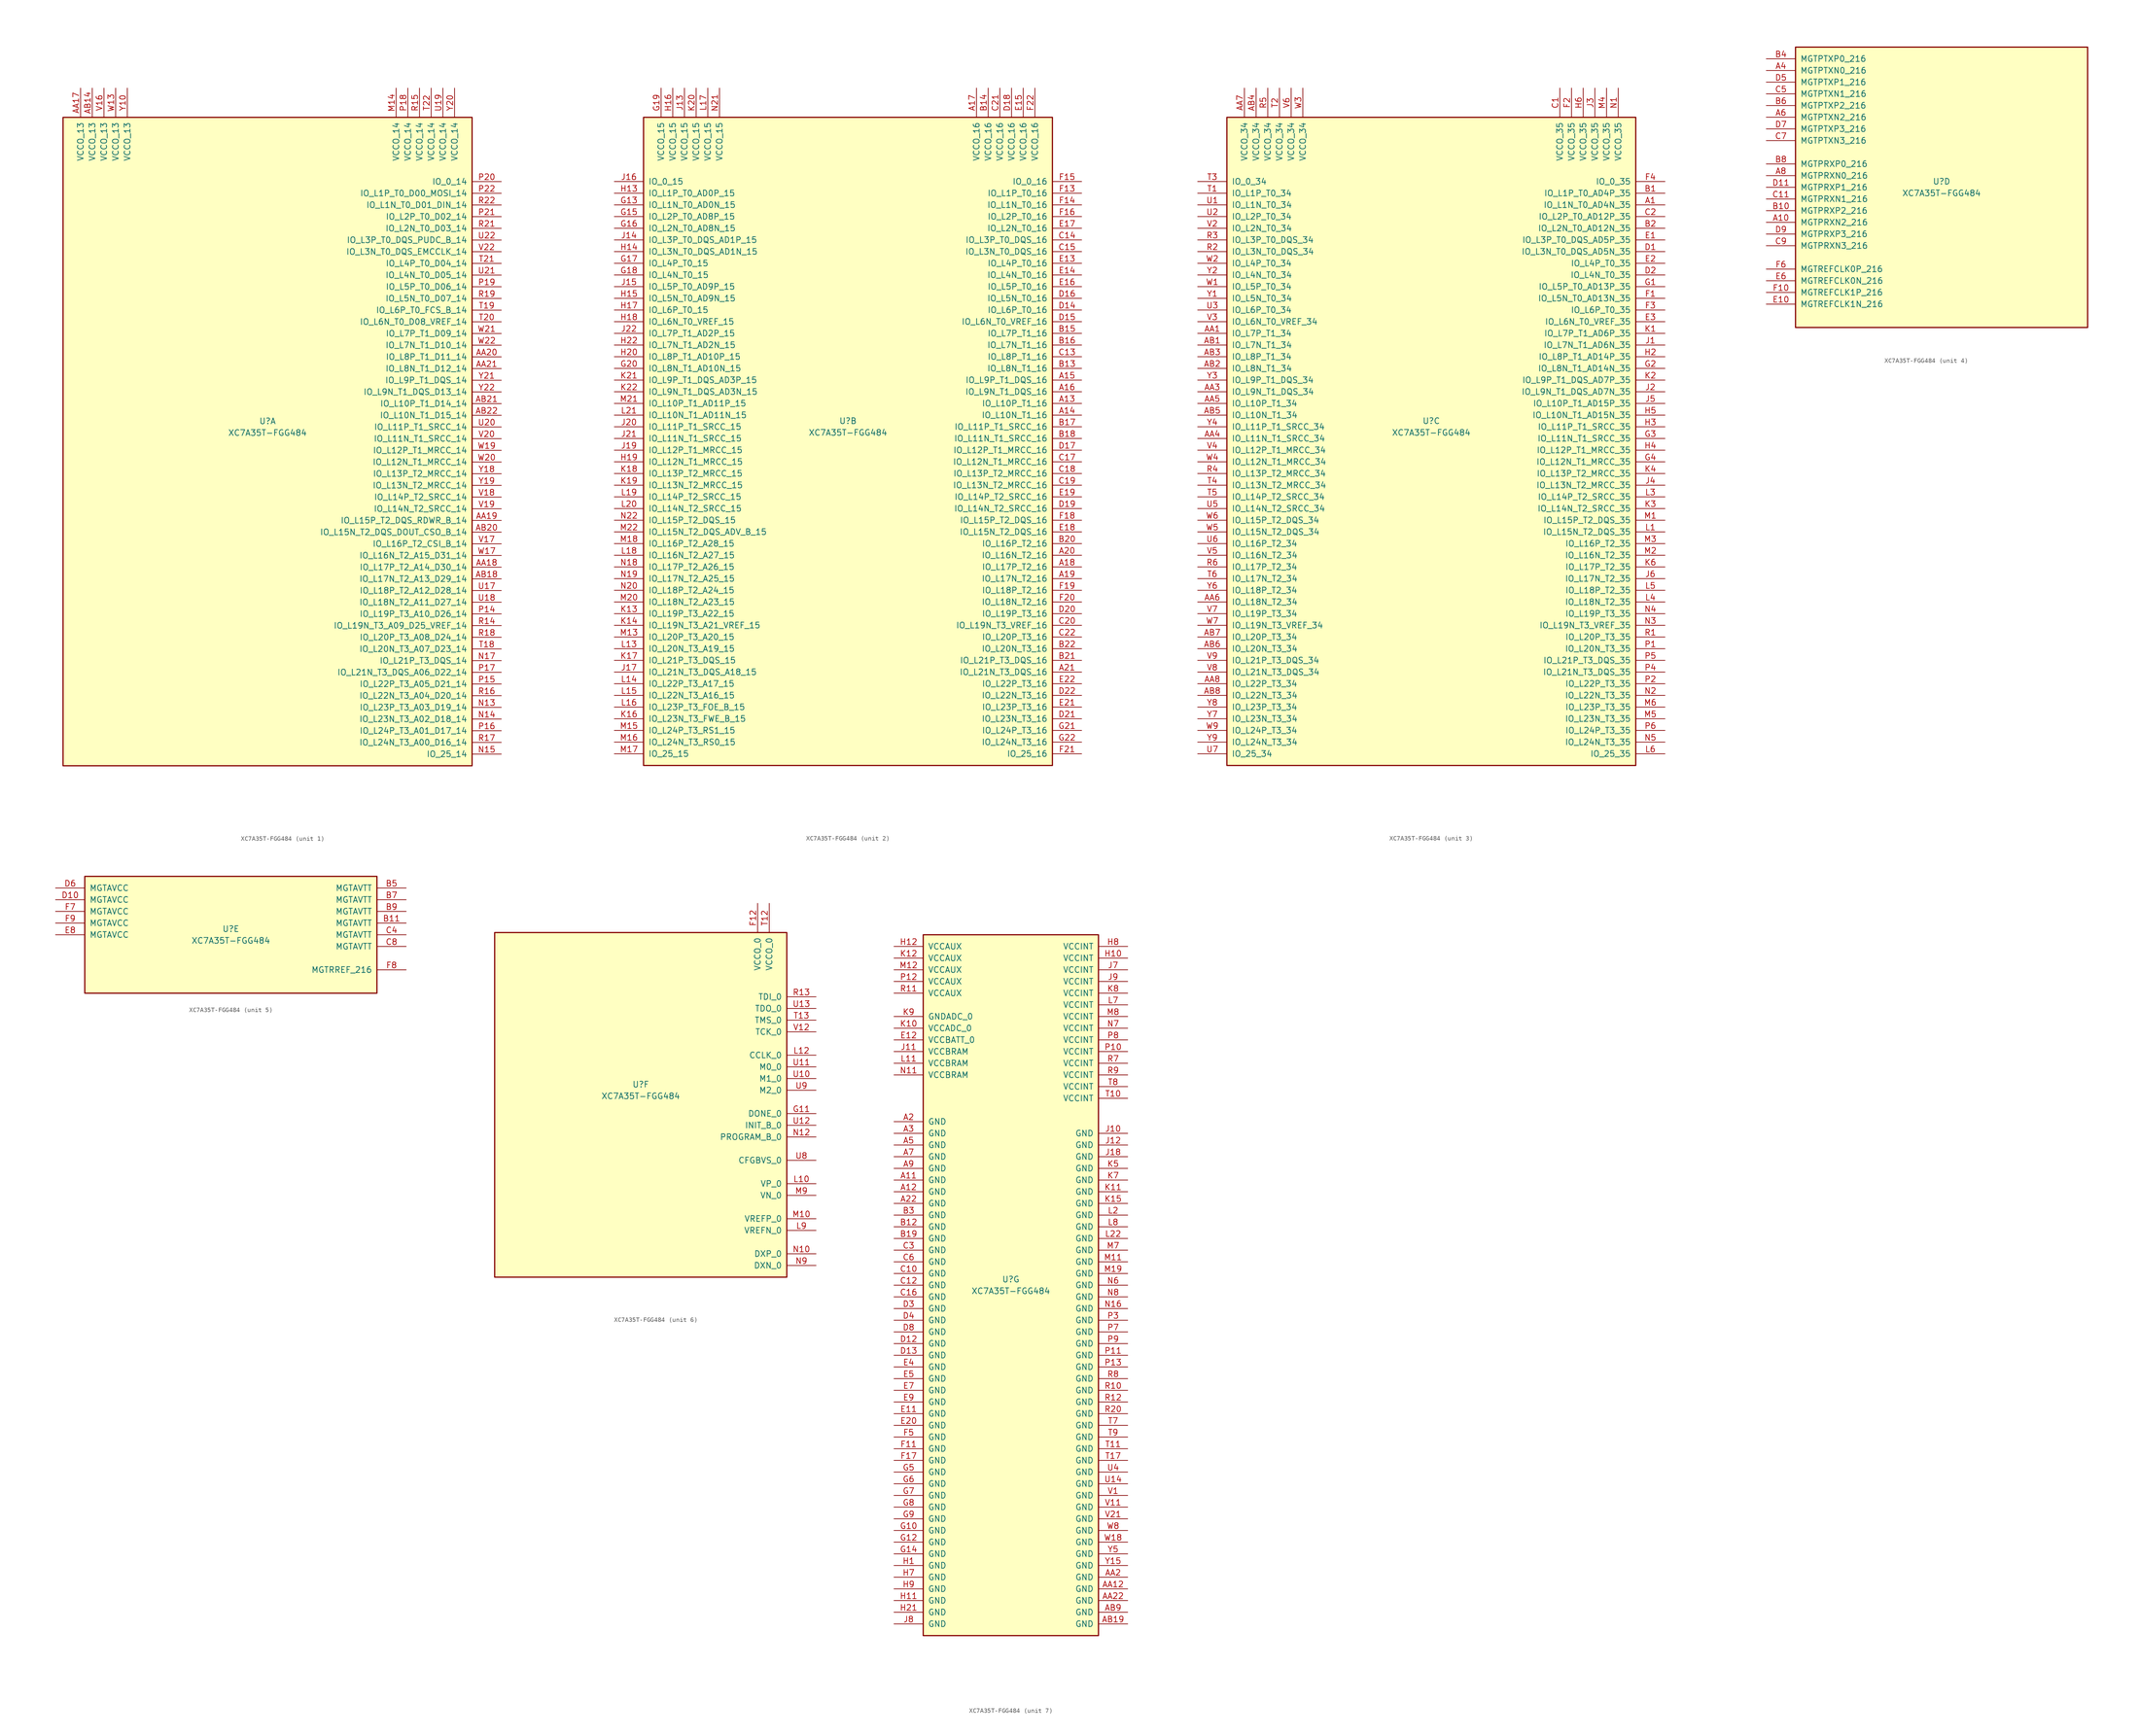
<source format=kicad_sym>
(kicad_symbol_lib
  (version 20201005)
  (generator kicad_symbol_editor)
  (symbol "XC7A35T-FGG484"
    (pin_names
      (offset 1.016))
    (property "Reference" "U"
      (at 0 1.27 0)
      (effects (font (size 1.27 1.27))))
    (property "Value" "XC7A35T-FGG484"
      (at 0 -1.27 0)
      (effects (font (size 1.27 1.27))))
    (property "Datasheet" ""
      (at 0 0 0)
      (effects (font (size 1.27 1.27))))
    (property "ki_locked" ""
      (at 0 0 0)
      (effects (font (size 1.27 1.27))))
    (symbol "XC7A35T-FGG484_1_1"
      (rectangle (start -44.45 67.31) (end 44.45 -73.66) (stroke (width 0.254)) (fill (type background)))
      (pin power_in line (at -40.64 73.66 270) (length 6.35) (name "VCCO_13" (effects (font (size 1.27 1.27)))) (number "AA17" (effects (font (size 1.27 1.27)))))
      (pin bidirectional line (at 50.8 -30.48 180) (length 6.35) (name "IO_L17P_T2_A14_D30_14" (effects (font (size 1.27 1.27)))) (number "AA18" (effects (font (size 1.27 1.27)))))
      (pin bidirectional line (at 50.8 -20.32 180) (length 6.35) (name "IO_L15P_T2_DQS_RDWR_B_14" (effects (font (size 1.27 1.27)))) (number "AA19" (effects (font (size 1.27 1.27)))))
      (pin bidirectional line (at 50.8 15.24 180) (length 6.35) (name "IO_L8P_T1_D11_14" (effects (font (size 1.27 1.27)))) (number "AA20" (effects (font (size 1.27 1.27)))))
      (pin bidirectional line (at 50.8 12.7 180) (length 6.35) (name "IO_L8N_T1_D12_14" (effects (font (size 1.27 1.27)))) (number "AA21" (effects (font (size 1.27 1.27)))))
      (pin power_in line (at -38.1 73.66 270) (length 6.35) (name "VCCO_13" (effects (font (size 1.27 1.27)))) (number "AB14" (effects (font (size 1.27 1.27)))))
      (pin bidirectional line (at 50.8 -33.02 180) (length 6.35) (name "IO_L17N_T2_A13_D29_14" (effects (font (size 1.27 1.27)))) (number "AB18" (effects (font (size 1.27 1.27)))))
      (pin bidirectional line (at 50.8 -22.86 180) (length 6.35) (name "IO_L15N_T2_DQS_DOUT_CSO_B_14" (effects (font (size 1.27 1.27)))) (number "AB20" (effects (font (size 1.27 1.27)))))
      (pin bidirectional line (at 50.8 5.08 180) (length 6.35) (name "IO_L10P_T1_D14_14" (effects (font (size 1.27 1.27)))) (number "AB21" (effects (font (size 1.27 1.27)))))
      (pin bidirectional line (at 50.8 2.54 180) (length 6.35) (name "IO_L10N_T1_D15_14" (effects (font (size 1.27 1.27)))) (number "AB22" (effects (font (size 1.27 1.27)))))
      (pin power_in line (at 27.94 73.66 270) (length 6.35) (name "VCCO_14" (effects (font (size 1.27 1.27)))) (number "M14" (effects (font (size 1.27 1.27)))))
      (pin bidirectional line (at 50.8 -60.96 180) (length 6.35) (name "IO_L23P_T3_A03_D19_14" (effects (font (size 1.27 1.27)))) (number "N13" (effects (font (size 1.27 1.27)))))
      (pin bidirectional line (at 50.8 -63.5 180) (length 6.35) (name "IO_L23N_T3_A02_D18_14" (effects (font (size 1.27 1.27)))) (number "N14" (effects (font (size 1.27 1.27)))))
      (pin bidirectional line (at 50.8 -71.12 180) (length 6.35) (name "IO_25_14" (effects (font (size 1.27 1.27)))) (number "N15" (effects (font (size 1.27 1.27)))))
      (pin bidirectional line (at 50.8 -50.8 180) (length 6.35) (name "IO_L21P_T3_DQS_14" (effects (font (size 1.27 1.27)))) (number "N17" (effects (font (size 1.27 1.27)))))
      (pin bidirectional line (at 50.8 -40.64 180) (length 6.35) (name "IO_L19P_T3_A10_D26_14" (effects (font (size 1.27 1.27)))) (number "P14" (effects (font (size 1.27 1.27)))))
      (pin bidirectional line (at 50.8 -55.88 180) (length 6.35) (name "IO_L22P_T3_A05_D21_14" (effects (font (size 1.27 1.27)))) (number "P15" (effects (font (size 1.27 1.27)))))
      (pin bidirectional line (at 50.8 -66.04 180) (length 6.35) (name "IO_L24P_T3_A01_D17_14" (effects (font (size 1.27 1.27)))) (number "P16" (effects (font (size 1.27 1.27)))))
      (pin bidirectional line (at 50.8 -53.34 180) (length 6.35) (name "IO_L21N_T3_DQS_A06_D22_14" (effects (font (size 1.27 1.27)))) (number "P17" (effects (font (size 1.27 1.27)))))
      (pin power_in line (at 30.48 73.66 270) (length 6.35) (name "VCCO_14" (effects (font (size 1.27 1.27)))) (number "P18" (effects (font (size 1.27 1.27)))))
      (pin bidirectional line (at 50.8 30.48 180) (length 6.35) (name "IO_L5P_T0_D06_14" (effects (font (size 1.27 1.27)))) (number "P19" (effects (font (size 1.27 1.27)))))
      (pin bidirectional line (at 50.8 53.34 180) (length 6.35) (name "IO_0_14" (effects (font (size 1.27 1.27)))) (number "P20" (effects (font (size 1.27 1.27)))))
      (pin bidirectional line (at 50.8 45.72 180) (length 6.35) (name "IO_L2P_T0_D02_14" (effects (font (size 1.27 1.27)))) (number "P21" (effects (font (size 1.27 1.27)))))
      (pin bidirectional line (at 50.8 50.8 180) (length 6.35) (name "IO_L1P_T0_D00_MOSI_14" (effects (font (size 1.27 1.27)))) (number "P22" (effects (font (size 1.27 1.27)))))
      (pin bidirectional line (at 50.8 -43.18 180) (length 6.35) (name "IO_L19N_T3_A09_D25_VREF_14" (effects (font (size 1.27 1.27)))) (number "R14" (effects (font (size 1.27 1.27)))))
      (pin power_in line (at 33.02 73.66 270) (length 6.35) (name "VCCO_14" (effects (font (size 1.27 1.27)))) (number "R15" (effects (font (size 1.27 1.27)))))
      (pin bidirectional line (at 50.8 -58.42 180) (length 6.35) (name "IO_L22N_T3_A04_D20_14" (effects (font (size 1.27 1.27)))) (number "R16" (effects (font (size 1.27 1.27)))))
      (pin bidirectional line (at 50.8 -68.58 180) (length 6.35) (name "IO_L24N_T3_A00_D16_14" (effects (font (size 1.27 1.27)))) (number "R17" (effects (font (size 1.27 1.27)))))
      (pin bidirectional line (at 50.8 -45.72 180) (length 6.35) (name "IO_L20P_T3_A08_D24_14" (effects (font (size 1.27 1.27)))) (number "R18" (effects (font (size 1.27 1.27)))))
      (pin bidirectional line (at 50.8 27.94 180) (length 6.35) (name "IO_L5N_T0_D07_14" (effects (font (size 1.27 1.27)))) (number "R19" (effects (font (size 1.27 1.27)))))
      (pin bidirectional line (at 50.8 43.18 180) (length 6.35) (name "IO_L2N_T0_D03_14" (effects (font (size 1.27 1.27)))) (number "R21" (effects (font (size 1.27 1.27)))))
      (pin bidirectional line (at 50.8 48.26 180) (length 6.35) (name "IO_L1N_T0_D01_DIN_14" (effects (font (size 1.27 1.27)))) (number "R22" (effects (font (size 1.27 1.27)))))
      (pin bidirectional line (at 50.8 -48.26 180) (length 6.35) (name "IO_L20N_T3_A07_D23_14" (effects (font (size 1.27 1.27)))) (number "T18" (effects (font (size 1.27 1.27)))))
      (pin bidirectional line (at 50.8 25.4 180) (length 6.35) (name "IO_L6P_T0_FCS_B_14" (effects (font (size 1.27 1.27)))) (number "T19" (effects (font (size 1.27 1.27)))))
      (pin bidirectional line (at 50.8 22.86 180) (length 6.35) (name "IO_L6N_T0_D08_VREF_14" (effects (font (size 1.27 1.27)))) (number "T20" (effects (font (size 1.27 1.27)))))
      (pin bidirectional line (at 50.8 35.56 180) (length 6.35) (name "IO_L4P_T0_D04_14" (effects (font (size 1.27 1.27)))) (number "T21" (effects (font (size 1.27 1.27)))))
      (pin power_in line (at 35.56 73.66 270) (length 6.35) (name "VCCO_14" (effects (font (size 1.27 1.27)))) (number "T22" (effects (font (size 1.27 1.27)))))
      (pin bidirectional line (at 50.8 -35.56 180) (length 6.35) (name "IO_L18P_T2_A12_D28_14" (effects (font (size 1.27 1.27)))) (number "U17" (effects (font (size 1.27 1.27)))))
      (pin bidirectional line (at 50.8 -38.1 180) (length 6.35) (name "IO_L18N_T2_A11_D27_14" (effects (font (size 1.27 1.27)))) (number "U18" (effects (font (size 1.27 1.27)))))
      (pin power_in line (at 38.1 73.66 270) (length 6.35) (name "VCCO_14" (effects (font (size 1.27 1.27)))) (number "U19" (effects (font (size 1.27 1.27)))))
      (pin bidirectional line (at 50.8 0 180) (length 6.35) (name "IO_L11P_T1_SRCC_14" (effects (font (size 1.27 1.27)))) (number "U20" (effects (font (size 1.27 1.27)))))
      (pin bidirectional line (at 50.8 33.02 180) (length 6.35) (name "IO_L4N_T0_D05_14" (effects (font (size 1.27 1.27)))) (number "U21" (effects (font (size 1.27 1.27)))))
      (pin bidirectional line (at 50.8 40.64 180) (length 6.35) (name "IO_L3P_T0_DQS_PUDC_B_14" (effects (font (size 1.27 1.27)))) (number "U22" (effects (font (size 1.27 1.27)))))
      (pin power_in line (at -35.56 73.66 270) (length 6.35) (name "VCCO_13" (effects (font (size 1.27 1.27)))) (number "V16" (effects (font (size 1.27 1.27)))))
      (pin bidirectional line (at 50.8 -25.4 180) (length 6.35) (name "IO_L16P_T2_CSI_B_14" (effects (font (size 1.27 1.27)))) (number "V17" (effects (font (size 1.27 1.27)))))
      (pin bidirectional line (at 50.8 -15.24 180) (length 6.35) (name "IO_L14P_T2_SRCC_14" (effects (font (size 1.27 1.27)))) (number "V18" (effects (font (size 1.27 1.27)))))
      (pin bidirectional line (at 50.8 -17.78 180) (length 6.35) (name "IO_L14N_T2_SRCC_14" (effects (font (size 1.27 1.27)))) (number "V19" (effects (font (size 1.27 1.27)))))
      (pin bidirectional line (at 50.8 -2.54 180) (length 6.35) (name "IO_L11N_T1_SRCC_14" (effects (font (size 1.27 1.27)))) (number "V20" (effects (font (size 1.27 1.27)))))
      (pin bidirectional line (at 50.8 38.1 180) (length 6.35) (name "IO_L3N_T0_DQS_EMCCLK_14" (effects (font (size 1.27 1.27)))) (number "V22" (effects (font (size 1.27 1.27)))))
      (pin power_in line (at -33.02 73.66 270) (length 6.35) (name "VCCO_13" (effects (font (size 1.27 1.27)))) (number "W13" (effects (font (size 1.27 1.27)))))
      (pin bidirectional line (at 50.8 -27.94 180) (length 6.35) (name "IO_L16N_T2_A15_D31_14" (effects (font (size 1.27 1.27)))) (number "W17" (effects (font (size 1.27 1.27)))))
      (pin bidirectional line (at 50.8 -5.08 180) (length 6.35) (name "IO_L12P_T1_MRCC_14" (effects (font (size 1.27 1.27)))) (number "W19" (effects (font (size 1.27 1.27)))))
      (pin bidirectional line (at 50.8 -7.62 180) (length 6.35) (name "IO_L12N_T1_MRCC_14" (effects (font (size 1.27 1.27)))) (number "W20" (effects (font (size 1.27 1.27)))))
      (pin bidirectional line (at 50.8 20.32 180) (length 6.35) (name "IO_L7P_T1_D09_14" (effects (font (size 1.27 1.27)))) (number "W21" (effects (font (size 1.27 1.27)))))
      (pin bidirectional line (at 50.8 17.78 180) (length 6.35) (name "IO_L7N_T1_D10_14" (effects (font (size 1.27 1.27)))) (number "W22" (effects (font (size 1.27 1.27)))))
      (pin power_in line (at -30.48 73.66 270) (length 6.35) (name "VCCO_13" (effects (font (size 1.27 1.27)))) (number "Y10" (effects (font (size 1.27 1.27)))))
      (pin bidirectional line (at 50.8 -10.16 180) (length 6.35) (name "IO_L13P_T2_MRCC_14" (effects (font (size 1.27 1.27)))) (number "Y18" (effects (font (size 1.27 1.27)))))
      (pin bidirectional line (at 50.8 -12.7 180) (length 6.35) (name "IO_L13N_T2_MRCC_14" (effects (font (size 1.27 1.27)))) (number "Y19" (effects (font (size 1.27 1.27)))))
      (pin power_in line (at 40.64 73.66 270) (length 6.35) (name "VCCO_14" (effects (font (size 1.27 1.27)))) (number "Y20" (effects (font (size 1.27 1.27)))))
      (pin bidirectional line (at 50.8 10.16 180) (length 6.35) (name "IO_L9P_T1_DQS_14" (effects (font (size 1.27 1.27)))) (number "Y21" (effects (font (size 1.27 1.27)))))
      (pin bidirectional line (at 50.8 7.62 180) (length 6.35) (name "IO_L9N_T1_DQS_D13_14" (effects (font (size 1.27 1.27)))) (number "Y22" (effects (font (size 1.27 1.27))))))
    (symbol "XC7A35T-FGG484_2_1"
      (rectangle (start -44.45 67.31) (end 44.45 -73.66) (stroke (width 0.254)) (fill (type background)))
      (pin bidirectional line (at 50.8 5.08 180) (length 6.35) (name "IO_L10P_T1_16" (effects (font (size 1.27 1.27)))) (number "A13" (effects (font (size 1.27 1.27)))))
      (pin bidirectional line (at 50.8 2.54 180) (length 6.35) (name "IO_L10N_T1_16" (effects (font (size 1.27 1.27)))) (number "A14" (effects (font (size 1.27 1.27)))))
      (pin bidirectional line (at 50.8 10.16 180) (length 6.35) (name "IO_L9P_T1_DQS_16" (effects (font (size 1.27 1.27)))) (number "A15" (effects (font (size 1.27 1.27)))))
      (pin bidirectional line (at 50.8 7.62 180) (length 6.35) (name "IO_L9N_T1_DQS_16" (effects (font (size 1.27 1.27)))) (number "A16" (effects (font (size 1.27 1.27)))))
      (pin power_in line (at 27.94 73.66 270) (length 6.35) (name "VCCO_16" (effects (font (size 1.27 1.27)))) (number "A17" (effects (font (size 1.27 1.27)))))
      (pin bidirectional line (at 50.8 -30.48 180) (length 6.35) (name "IO_L17P_T2_16" (effects (font (size 1.27 1.27)))) (number "A18" (effects (font (size 1.27 1.27)))))
      (pin bidirectional line (at 50.8 -33.02 180) (length 6.35) (name "IO_L17N_T2_16" (effects (font (size 1.27 1.27)))) (number "A19" (effects (font (size 1.27 1.27)))))
      (pin bidirectional line (at 50.8 -27.94 180) (length 6.35) (name "IO_L16N_T2_16" (effects (font (size 1.27 1.27)))) (number "A20" (effects (font (size 1.27 1.27)))))
      (pin bidirectional line (at 50.8 -53.34 180) (length 6.35) (name "IO_L21N_T3_DQS_16" (effects (font (size 1.27 1.27)))) (number "A21" (effects (font (size 1.27 1.27)))))
      (pin bidirectional line (at 50.8 12.7 180) (length 6.35) (name "IO_L8N_T1_16" (effects (font (size 1.27 1.27)))) (number "B13" (effects (font (size 1.27 1.27)))))
      (pin power_in line (at 30.48 73.66 270) (length 6.35) (name "VCCO_16" (effects (font (size 1.27 1.27)))) (number "B14" (effects (font (size 1.27 1.27)))))
      (pin bidirectional line (at 50.8 20.32 180) (length 6.35) (name "IO_L7P_T1_16" (effects (font (size 1.27 1.27)))) (number "B15" (effects (font (size 1.27 1.27)))))
      (pin bidirectional line (at 50.8 17.78 180) (length 6.35) (name "IO_L7N_T1_16" (effects (font (size 1.27 1.27)))) (number "B16" (effects (font (size 1.27 1.27)))))
      (pin bidirectional line (at 50.8 0 180) (length 6.35) (name "IO_L11P_T1_SRCC_16" (effects (font (size 1.27 1.27)))) (number "B17" (effects (font (size 1.27 1.27)))))
      (pin bidirectional line (at 50.8 -2.54 180) (length 6.35) (name "IO_L11N_T1_SRCC_16" (effects (font (size 1.27 1.27)))) (number "B18" (effects (font (size 1.27 1.27)))))
      (pin bidirectional line (at 50.8 -25.4 180) (length 6.35) (name "IO_L16P_T2_16" (effects (font (size 1.27 1.27)))) (number "B20" (effects (font (size 1.27 1.27)))))
      (pin bidirectional line (at 50.8 -50.8 180) (length 6.35) (name "IO_L21P_T3_DQS_16" (effects (font (size 1.27 1.27)))) (number "B21" (effects (font (size 1.27 1.27)))))
      (pin bidirectional line (at 50.8 -48.26 180) (length 6.35) (name "IO_L20N_T3_16" (effects (font (size 1.27 1.27)))) (number "B22" (effects (font (size 1.27 1.27)))))
      (pin bidirectional line (at 50.8 15.24 180) (length 6.35) (name "IO_L8P_T1_16" (effects (font (size 1.27 1.27)))) (number "C13" (effects (font (size 1.27 1.27)))))
      (pin bidirectional line (at 50.8 40.64 180) (length 6.35) (name "IO_L3P_T0_DQS_16" (effects (font (size 1.27 1.27)))) (number "C14" (effects (font (size 1.27 1.27)))))
      (pin bidirectional line (at 50.8 38.1 180) (length 6.35) (name "IO_L3N_T0_DQS_16" (effects (font (size 1.27 1.27)))) (number "C15" (effects (font (size 1.27 1.27)))))
      (pin bidirectional line (at 50.8 -7.62 180) (length 6.35) (name "IO_L12N_T1_MRCC_16" (effects (font (size 1.27 1.27)))) (number "C17" (effects (font (size 1.27 1.27)))))
      (pin bidirectional line (at 50.8 -10.16 180) (length 6.35) (name "IO_L13P_T2_MRCC_16" (effects (font (size 1.27 1.27)))) (number "C18" (effects (font (size 1.27 1.27)))))
      (pin bidirectional line (at 50.8 -12.7 180) (length 6.35) (name "IO_L13N_T2_MRCC_16" (effects (font (size 1.27 1.27)))) (number "C19" (effects (font (size 1.27 1.27)))))
      (pin bidirectional line (at 50.8 -43.18 180) (length 6.35) (name "IO_L19N_T3_VREF_16" (effects (font (size 1.27 1.27)))) (number "C20" (effects (font (size 1.27 1.27)))))
      (pin power_in line (at 33.02 73.66 270) (length 6.35) (name "VCCO_16" (effects (font (size 1.27 1.27)))) (number "C21" (effects (font (size 1.27 1.27)))))
      (pin bidirectional line (at 50.8 -45.72 180) (length 6.35) (name "IO_L20P_T3_16" (effects (font (size 1.27 1.27)))) (number "C22" (effects (font (size 1.27 1.27)))))
      (pin bidirectional line (at 50.8 25.4 180) (length 6.35) (name "IO_L6P_T0_16" (effects (font (size 1.27 1.27)))) (number "D14" (effects (font (size 1.27 1.27)))))
      (pin bidirectional line (at 50.8 22.86 180) (length 6.35) (name "IO_L6N_T0_VREF_16" (effects (font (size 1.27 1.27)))) (number "D15" (effects (font (size 1.27 1.27)))))
      (pin bidirectional line (at 50.8 27.94 180) (length 6.35) (name "IO_L5N_T0_16" (effects (font (size 1.27 1.27)))) (number "D16" (effects (font (size 1.27 1.27)))))
      (pin bidirectional line (at 50.8 -5.08 180) (length 6.35) (name "IO_L12P_T1_MRCC_16" (effects (font (size 1.27 1.27)))) (number "D17" (effects (font (size 1.27 1.27)))))
      (pin power_in line (at 35.56 73.66 270) (length 6.35) (name "VCCO_16" (effects (font (size 1.27 1.27)))) (number "D18" (effects (font (size 1.27 1.27)))))
      (pin bidirectional line (at 50.8 -17.78 180) (length 6.35) (name "IO_L14N_T2_SRCC_16" (effects (font (size 1.27 1.27)))) (number "D19" (effects (font (size 1.27 1.27)))))
      (pin bidirectional line (at 50.8 -40.64 180) (length 6.35) (name "IO_L19P_T3_16" (effects (font (size 1.27 1.27)))) (number "D20" (effects (font (size 1.27 1.27)))))
      (pin bidirectional line (at 50.8 -63.5 180) (length 6.35) (name "IO_L23N_T3_16" (effects (font (size 1.27 1.27)))) (number "D21" (effects (font (size 1.27 1.27)))))
      (pin bidirectional line (at 50.8 -58.42 180) (length 6.35) (name "IO_L22N_T3_16" (effects (font (size 1.27 1.27)))) (number "D22" (effects (font (size 1.27 1.27)))))
      (pin bidirectional line (at 50.8 35.56 180) (length 6.35) (name "IO_L4P_T0_16" (effects (font (size 1.27 1.27)))) (number "E13" (effects (font (size 1.27 1.27)))))
      (pin bidirectional line (at 50.8 33.02 180) (length 6.35) (name "IO_L4N_T0_16" (effects (font (size 1.27 1.27)))) (number "E14" (effects (font (size 1.27 1.27)))))
      (pin power_in line (at 38.1 73.66 270) (length 6.35) (name "VCCO_16" (effects (font (size 1.27 1.27)))) (number "E15" (effects (font (size 1.27 1.27)))))
      (pin bidirectional line (at 50.8 30.48 180) (length 6.35) (name "IO_L5P_T0_16" (effects (font (size 1.27 1.27)))) (number "E16" (effects (font (size 1.27 1.27)))))
      (pin bidirectional line (at 50.8 43.18 180) (length 6.35) (name "IO_L2N_T0_16" (effects (font (size 1.27 1.27)))) (number "E17" (effects (font (size 1.27 1.27)))))
      (pin bidirectional line (at 50.8 -22.86 180) (length 6.35) (name "IO_L15N_T2_DQS_16" (effects (font (size 1.27 1.27)))) (number "E18" (effects (font (size 1.27 1.27)))))
      (pin bidirectional line (at 50.8 -15.24 180) (length 6.35) (name "IO_L14P_T2_SRCC_16" (effects (font (size 1.27 1.27)))) (number "E19" (effects (font (size 1.27 1.27)))))
      (pin bidirectional line (at 50.8 -60.96 180) (length 6.35) (name "IO_L23P_T3_16" (effects (font (size 1.27 1.27)))) (number "E21" (effects (font (size 1.27 1.27)))))
      (pin bidirectional line (at 50.8 -55.88 180) (length 6.35) (name "IO_L22P_T3_16" (effects (font (size 1.27 1.27)))) (number "E22" (effects (font (size 1.27 1.27)))))
      (pin bidirectional line (at 50.8 50.8 180) (length 6.35) (name "IO_L1P_T0_16" (effects (font (size 1.27 1.27)))) (number "F13" (effects (font (size 1.27 1.27)))))
      (pin bidirectional line (at 50.8 48.26 180) (length 6.35) (name "IO_L1N_T0_16" (effects (font (size 1.27 1.27)))) (number "F14" (effects (font (size 1.27 1.27)))))
      (pin bidirectional line (at 50.8 53.34 180) (length 6.35) (name "IO_0_16" (effects (font (size 1.27 1.27)))) (number "F15" (effects (font (size 1.27 1.27)))))
      (pin bidirectional line (at 50.8 45.72 180) (length 6.35) (name "IO_L2P_T0_16" (effects (font (size 1.27 1.27)))) (number "F16" (effects (font (size 1.27 1.27)))))
      (pin bidirectional line (at 50.8 -20.32 180) (length 6.35) (name "IO_L15P_T2_DQS_16" (effects (font (size 1.27 1.27)))) (number "F18" (effects (font (size 1.27 1.27)))))
      (pin bidirectional line (at 50.8 -35.56 180) (length 6.35) (name "IO_L18P_T2_16" (effects (font (size 1.27 1.27)))) (number "F19" (effects (font (size 1.27 1.27)))))
      (pin bidirectional line (at 50.8 -38.1 180) (length 6.35) (name "IO_L18N_T2_16" (effects (font (size 1.27 1.27)))) (number "F20" (effects (font (size 1.27 1.27)))))
      (pin bidirectional line (at 50.8 -71.12 180) (length 6.35) (name "IO_25_16" (effects (font (size 1.27 1.27)))) (number "F21" (effects (font (size 1.27 1.27)))))
      (pin power_in line (at 40.64 73.66 270) (length 6.35) (name "VCCO_16" (effects (font (size 1.27 1.27)))) (number "F22" (effects (font (size 1.27 1.27)))))
      (pin bidirectional line (at -50.8 48.26 0) (length 6.35) (name "IO_L1N_T0_AD0N_15" (effects (font (size 1.27 1.27)))) (number "G13" (effects (font (size 1.27 1.27)))))
      (pin bidirectional line (at -50.8 45.72 0) (length 6.35) (name "IO_L2P_T0_AD8P_15" (effects (font (size 1.27 1.27)))) (number "G15" (effects (font (size 1.27 1.27)))))
      (pin bidirectional line (at -50.8 43.18 0) (length 6.35) (name "IO_L2N_T0_AD8N_15" (effects (font (size 1.27 1.27)))) (number "G16" (effects (font (size 1.27 1.27)))))
      (pin bidirectional line (at -50.8 35.56 0) (length 6.35) (name "IO_L4P_T0_15" (effects (font (size 1.27 1.27)))) (number "G17" (effects (font (size 1.27 1.27)))))
      (pin bidirectional line (at -50.8 33.02 0) (length 6.35) (name "IO_L4N_T0_15" (effects (font (size 1.27 1.27)))) (number "G18" (effects (font (size 1.27 1.27)))))
      (pin power_in line (at -40.64 73.66 270) (length 6.35) (name "VCCO_15" (effects (font (size 1.27 1.27)))) (number "G19" (effects (font (size 1.27 1.27)))))
      (pin bidirectional line (at -50.8 12.7 0) (length 6.35) (name "IO_L8N_T1_AD10N_15" (effects (font (size 1.27 1.27)))) (number "G20" (effects (font (size 1.27 1.27)))))
      (pin bidirectional line (at 50.8 -66.04 180) (length 6.35) (name "IO_L24P_T3_16" (effects (font (size 1.27 1.27)))) (number "G21" (effects (font (size 1.27 1.27)))))
      (pin bidirectional line (at 50.8 -68.58 180) (length 6.35) (name "IO_L24N_T3_16" (effects (font (size 1.27 1.27)))) (number "G22" (effects (font (size 1.27 1.27)))))
      (pin bidirectional line (at -50.8 50.8 0) (length 6.35) (name "IO_L1P_T0_AD0P_15" (effects (font (size 1.27 1.27)))) (number "H13" (effects (font (size 1.27 1.27)))))
      (pin bidirectional line (at -50.8 38.1 0) (length 6.35) (name "IO_L3N_T0_DQS_AD1N_15" (effects (font (size 1.27 1.27)))) (number "H14" (effects (font (size 1.27 1.27)))))
      (pin bidirectional line (at -50.8 27.94 0) (length 6.35) (name "IO_L5N_T0_AD9N_15" (effects (font (size 1.27 1.27)))) (number "H15" (effects (font (size 1.27 1.27)))))
      (pin power_in line (at -38.1 73.66 270) (length 6.35) (name "VCCO_15" (effects (font (size 1.27 1.27)))) (number "H16" (effects (font (size 1.27 1.27)))))
      (pin bidirectional line (at -50.8 25.4 0) (length 6.35) (name "IO_L6P_T0_15" (effects (font (size 1.27 1.27)))) (number "H17" (effects (font (size 1.27 1.27)))))
      (pin bidirectional line (at -50.8 22.86 0) (length 6.35) (name "IO_L6N_T0_VREF_15" (effects (font (size 1.27 1.27)))) (number "H18" (effects (font (size 1.27 1.27)))))
      (pin bidirectional line (at -50.8 -7.62 0) (length 6.35) (name "IO_L12N_T1_MRCC_15" (effects (font (size 1.27 1.27)))) (number "H19" (effects (font (size 1.27 1.27)))))
      (pin bidirectional line (at -50.8 15.24 0) (length 6.35) (name "IO_L8P_T1_AD10P_15" (effects (font (size 1.27 1.27)))) (number "H20" (effects (font (size 1.27 1.27)))))
      (pin bidirectional line (at -50.8 17.78 0) (length 6.35) (name "IO_L7N_T1_AD2N_15" (effects (font (size 1.27 1.27)))) (number "H22" (effects (font (size 1.27 1.27)))))
      (pin power_in line (at -35.56 73.66 270) (length 6.35) (name "VCCO_15" (effects (font (size 1.27 1.27)))) (number "J13" (effects (font (size 1.27 1.27)))))
      (pin bidirectional line (at -50.8 40.64 0) (length 6.35) (name "IO_L3P_T0_DQS_AD1P_15" (effects (font (size 1.27 1.27)))) (number "J14" (effects (font (size 1.27 1.27)))))
      (pin bidirectional line (at -50.8 30.48 0) (length 6.35) (name "IO_L5P_T0_AD9P_15" (effects (font (size 1.27 1.27)))) (number "J15" (effects (font (size 1.27 1.27)))))
      (pin bidirectional line (at -50.8 53.34 0) (length 6.35) (name "IO_0_15" (effects (font (size 1.27 1.27)))) (number "J16" (effects (font (size 1.27 1.27)))))
      (pin bidirectional line (at -50.8 -53.34 0) (length 6.35) (name "IO_L21N_T3_DQS_A18_15" (effects (font (size 1.27 1.27)))) (number "J17" (effects (font (size 1.27 1.27)))))
      (pin bidirectional line (at -50.8 -5.08 0) (length 6.35) (name "IO_L12P_T1_MRCC_15" (effects (font (size 1.27 1.27)))) (number "J19" (effects (font (size 1.27 1.27)))))
      (pin bidirectional line (at -50.8 0 0) (length 6.35) (name "IO_L11P_T1_SRCC_15" (effects (font (size 1.27 1.27)))) (number "J20" (effects (font (size 1.27 1.27)))))
      (pin bidirectional line (at -50.8 -2.54 0) (length 6.35) (name "IO_L11N_T1_SRCC_15" (effects (font (size 1.27 1.27)))) (number "J21" (effects (font (size 1.27 1.27)))))
      (pin bidirectional line (at -50.8 20.32 0) (length 6.35) (name "IO_L7P_T1_AD2P_15" (effects (font (size 1.27 1.27)))) (number "J22" (effects (font (size 1.27 1.27)))))
      (pin bidirectional line (at -50.8 -40.64 0) (length 6.35) (name "IO_L19P_T3_A22_15" (effects (font (size 1.27 1.27)))) (number "K13" (effects (font (size 1.27 1.27)))))
      (pin bidirectional line (at -50.8 -43.18 0) (length 6.35) (name "IO_L19N_T3_A21_VREF_15" (effects (font (size 1.27 1.27)))) (number "K14" (effects (font (size 1.27 1.27)))))
      (pin bidirectional line (at -50.8 -63.5 0) (length 6.35) (name "IO_L23N_T3_FWE_B_15" (effects (font (size 1.27 1.27)))) (number "K16" (effects (font (size 1.27 1.27)))))
      (pin bidirectional line (at -50.8 -50.8 0) (length 6.35) (name "IO_L21P_T3_DQS_15" (effects (font (size 1.27 1.27)))) (number "K17" (effects (font (size 1.27 1.27)))))
      (pin bidirectional line (at -50.8 -10.16 0) (length 6.35) (name "IO_L13P_T2_MRCC_15" (effects (font (size 1.27 1.27)))) (number "K18" (effects (font (size 1.27 1.27)))))
      (pin bidirectional line (at -50.8 -12.7 0) (length 6.35) (name "IO_L13N_T2_MRCC_15" (effects (font (size 1.27 1.27)))) (number "K19" (effects (font (size 1.27 1.27)))))
      (pin power_in line (at -33.02 73.66 270) (length 6.35) (name "VCCO_15" (effects (font (size 1.27 1.27)))) (number "K20" (effects (font (size 1.27 1.27)))))
      (pin bidirectional line (at -50.8 10.16 0) (length 6.35) (name "IO_L9P_T1_DQS_AD3P_15" (effects (font (size 1.27 1.27)))) (number "K21" (effects (font (size 1.27 1.27)))))
      (pin bidirectional line (at -50.8 7.62 0) (length 6.35) (name "IO_L9N_T1_DQS_AD3N_15" (effects (font (size 1.27 1.27)))) (number "K22" (effects (font (size 1.27 1.27)))))
      (pin bidirectional line (at -50.8 -48.26 0) (length 6.35) (name "IO_L20N_T3_A19_15" (effects (font (size 1.27 1.27)))) (number "L13" (effects (font (size 1.27 1.27)))))
      (pin bidirectional line (at -50.8 -55.88 0) (length 6.35) (name "IO_L22P_T3_A17_15" (effects (font (size 1.27 1.27)))) (number "L14" (effects (font (size 1.27 1.27)))))
      (pin bidirectional line (at -50.8 -58.42 0) (length 6.35) (name "IO_L22N_T3_A16_15" (effects (font (size 1.27 1.27)))) (number "L15" (effects (font (size 1.27 1.27)))))
      (pin bidirectional line (at -50.8 -60.96 0) (length 6.35) (name "IO_L23P_T3_FOE_B_15" (effects (font (size 1.27 1.27)))) (number "L16" (effects (font (size 1.27 1.27)))))
      (pin power_in line (at -30.48 73.66 270) (length 6.35) (name "VCCO_15" (effects (font (size 1.27 1.27)))) (number "L17" (effects (font (size 1.27 1.27)))))
      (pin bidirectional line (at -50.8 -27.94 0) (length 6.35) (name "IO_L16N_T2_A27_15" (effects (font (size 1.27 1.27)))) (number "L18" (effects (font (size 1.27 1.27)))))
      (pin bidirectional line (at -50.8 -15.24 0) (length 6.35) (name "IO_L14P_T2_SRCC_15" (effects (font (size 1.27 1.27)))) (number "L19" (effects (font (size 1.27 1.27)))))
      (pin bidirectional line (at -50.8 -17.78 0) (length 6.35) (name "IO_L14N_T2_SRCC_15" (effects (font (size 1.27 1.27)))) (number "L20" (effects (font (size 1.27 1.27)))))
      (pin bidirectional line (at -50.8 2.54 0) (length 6.35) (name "IO_L10N_T1_AD11N_15" (effects (font (size 1.27 1.27)))) (number "L21" (effects (font (size 1.27 1.27)))))
      (pin bidirectional line (at -50.8 -45.72 0) (length 6.35) (name "IO_L20P_T3_A20_15" (effects (font (size 1.27 1.27)))) (number "M13" (effects (font (size 1.27 1.27)))))
      (pin bidirectional line (at -50.8 -66.04 0) (length 6.35) (name "IO_L24P_T3_RS1_15" (effects (font (size 1.27 1.27)))) (number "M15" (effects (font (size 1.27 1.27)))))
      (pin bidirectional line (at -50.8 -68.58 0) (length 6.35) (name "IO_L24N_T3_RS0_15" (effects (font (size 1.27 1.27)))) (number "M16" (effects (font (size 1.27 1.27)))))
      (pin bidirectional line (at -50.8 -71.12 0) (length 6.35) (name "IO_25_15" (effects (font (size 1.27 1.27)))) (number "M17" (effects (font (size 1.27 1.27)))))
      (pin bidirectional line (at -50.8 -25.4 0) (length 6.35) (name "IO_L16P_T2_A28_15" (effects (font (size 1.27 1.27)))) (number "M18" (effects (font (size 1.27 1.27)))))
      (pin bidirectional line (at -50.8 -38.1 0) (length 6.35) (name "IO_L18N_T2_A23_15" (effects (font (size 1.27 1.27)))) (number "M20" (effects (font (size 1.27 1.27)))))
      (pin bidirectional line (at -50.8 5.08 0) (length 6.35) (name "IO_L10P_T1_AD11P_15" (effects (font (size 1.27 1.27)))) (number "M21" (effects (font (size 1.27 1.27)))))
      (pin bidirectional line (at -50.8 -22.86 0) (length 6.35) (name "IO_L15N_T2_DQS_ADV_B_15" (effects (font (size 1.27 1.27)))) (number "M22" (effects (font (size 1.27 1.27)))))
      (pin bidirectional line (at -50.8 -30.48 0) (length 6.35) (name "IO_L17P_T2_A26_15" (effects (font (size 1.27 1.27)))) (number "N18" (effects (font (size 1.27 1.27)))))
      (pin bidirectional line (at -50.8 -33.02 0) (length 6.35) (name "IO_L17N_T2_A25_15" (effects (font (size 1.27 1.27)))) (number "N19" (effects (font (size 1.27 1.27)))))
      (pin bidirectional line (at -50.8 -35.56 0) (length 6.35) (name "IO_L18P_T2_A24_15" (effects (font (size 1.27 1.27)))) (number "N20" (effects (font (size 1.27 1.27)))))
      (pin power_in line (at -27.94 73.66 270) (length 6.35) (name "VCCO_15" (effects (font (size 1.27 1.27)))) (number "N21" (effects (font (size 1.27 1.27)))))
      (pin bidirectional line (at -50.8 -20.32 0) (length 6.35) (name "IO_L15P_T2_DQS_15" (effects (font (size 1.27 1.27)))) (number "N22" (effects (font (size 1.27 1.27))))))
    (symbol "XC7A35T-FGG484_3_1"
      (rectangle (start -44.45 67.31) (end 44.45 -73.66) (stroke (width 0.254)) (fill (type background)))
      (pin bidirectional line (at 50.8 48.26 180) (length 6.35) (name "IO_L1N_T0_AD4N_35" (effects (font (size 1.27 1.27)))) (number "A1" (effects (font (size 1.27 1.27)))))
      (pin bidirectional line (at -50.8 20.32 0) (length 6.35) (name "IO_L7P_T1_34" (effects (font (size 1.27 1.27)))) (number "AA1" (effects (font (size 1.27 1.27)))))
      (pin bidirectional line (at -50.8 7.62 0) (length 6.35) (name "IO_L9N_T1_DQS_34" (effects (font (size 1.27 1.27)))) (number "AA3" (effects (font (size 1.27 1.27)))))
      (pin bidirectional line (at -50.8 -2.54 0) (length 6.35) (name "IO_L11N_T1_SRCC_34" (effects (font (size 1.27 1.27)))) (number "AA4" (effects (font (size 1.27 1.27)))))
      (pin bidirectional line (at -50.8 5.08 0) (length 6.35) (name "IO_L10P_T1_34" (effects (font (size 1.27 1.27)))) (number "AA5" (effects (font (size 1.27 1.27)))))
      (pin bidirectional line (at -50.8 -38.1 0) (length 6.35) (name "IO_L18N_T2_34" (effects (font (size 1.27 1.27)))) (number "AA6" (effects (font (size 1.27 1.27)))))
      (pin power_in line (at -40.64 73.66 270) (length 6.35) (name "VCCO_34" (effects (font (size 1.27 1.27)))) (number "AA7" (effects (font (size 1.27 1.27)))))
      (pin bidirectional line (at -50.8 -55.88 0) (length 6.35) (name "IO_L22P_T3_34" (effects (font (size 1.27 1.27)))) (number "AA8" (effects (font (size 1.27 1.27)))))
      (pin bidirectional line (at -50.8 17.78 0) (length 6.35) (name "IO_L7N_T1_34" (effects (font (size 1.27 1.27)))) (number "AB1" (effects (font (size 1.27 1.27)))))
      (pin bidirectional line (at -50.8 12.7 0) (length 6.35) (name "IO_L8N_T1_34" (effects (font (size 1.27 1.27)))) (number "AB2" (effects (font (size 1.27 1.27)))))
      (pin bidirectional line (at -50.8 15.24 0) (length 6.35) (name "IO_L8P_T1_34" (effects (font (size 1.27 1.27)))) (number "AB3" (effects (font (size 1.27 1.27)))))
      (pin power_in line (at -38.1 73.66 270) (length 6.35) (name "VCCO_34" (effects (font (size 1.27 1.27)))) (number "AB4" (effects (font (size 1.27 1.27)))))
      (pin bidirectional line (at -50.8 2.54 0) (length 6.35) (name "IO_L10N_T1_34" (effects (font (size 1.27 1.27)))) (number "AB5" (effects (font (size 1.27 1.27)))))
      (pin bidirectional line (at -50.8 -48.26 0) (length 6.35) (name "IO_L20N_T3_34" (effects (font (size 1.27 1.27)))) (number "AB6" (effects (font (size 1.27 1.27)))))
      (pin bidirectional line (at -50.8 -45.72 0) (length 6.35) (name "IO_L20P_T3_34" (effects (font (size 1.27 1.27)))) (number "AB7" (effects (font (size 1.27 1.27)))))
      (pin bidirectional line (at -50.8 -58.42 0) (length 6.35) (name "IO_L22N_T3_34" (effects (font (size 1.27 1.27)))) (number "AB8" (effects (font (size 1.27 1.27)))))
      (pin bidirectional line (at 50.8 50.8 180) (length 6.35) (name "IO_L1P_T0_AD4P_35" (effects (font (size 1.27 1.27)))) (number "B1" (effects (font (size 1.27 1.27)))))
      (pin bidirectional line (at 50.8 43.18 180) (length 6.35) (name "IO_L2N_T0_AD12N_35" (effects (font (size 1.27 1.27)))) (number "B2" (effects (font (size 1.27 1.27)))))
      (pin power_in line (at 27.94 73.66 270) (length 6.35) (name "VCCO_35" (effects (font (size 1.27 1.27)))) (number "C1" (effects (font (size 1.27 1.27)))))
      (pin bidirectional line (at 50.8 45.72 180) (length 6.35) (name "IO_L2P_T0_AD12P_35" (effects (font (size 1.27 1.27)))) (number "C2" (effects (font (size 1.27 1.27)))))
      (pin bidirectional line (at 50.8 38.1 180) (length 6.35) (name "IO_L3N_T0_DQS_AD5N_35" (effects (font (size 1.27 1.27)))) (number "D1" (effects (font (size 1.27 1.27)))))
      (pin bidirectional line (at 50.8 33.02 180) (length 6.35) (name "IO_L4N_T0_35" (effects (font (size 1.27 1.27)))) (number "D2" (effects (font (size 1.27 1.27)))))
      (pin bidirectional line (at 50.8 40.64 180) (length 6.35) (name "IO_L3P_T0_DQS_AD5P_35" (effects (font (size 1.27 1.27)))) (number "E1" (effects (font (size 1.27 1.27)))))
      (pin bidirectional line (at 50.8 35.56 180) (length 6.35) (name "IO_L4P_T0_35" (effects (font (size 1.27 1.27)))) (number "E2" (effects (font (size 1.27 1.27)))))
      (pin bidirectional line (at 50.8 22.86 180) (length 6.35) (name "IO_L6N_T0_VREF_35" (effects (font (size 1.27 1.27)))) (number "E3" (effects (font (size 1.27 1.27)))))
      (pin bidirectional line (at 50.8 27.94 180) (length 6.35) (name "IO_L5N_T0_AD13N_35" (effects (font (size 1.27 1.27)))) (number "F1" (effects (font (size 1.27 1.27)))))
      (pin power_in line (at 30.48 73.66 270) (length 6.35) (name "VCCO_35" (effects (font (size 1.27 1.27)))) (number "F2" (effects (font (size 1.27 1.27)))))
      (pin bidirectional line (at 50.8 25.4 180) (length 6.35) (name "IO_L6P_T0_35" (effects (font (size 1.27 1.27)))) (number "F3" (effects (font (size 1.27 1.27)))))
      (pin bidirectional line (at 50.8 53.34 180) (length 6.35) (name "IO_0_35" (effects (font (size 1.27 1.27)))) (number "F4" (effects (font (size 1.27 1.27)))))
      (pin bidirectional line (at 50.8 30.48 180) (length 6.35) (name "IO_L5P_T0_AD13P_35" (effects (font (size 1.27 1.27)))) (number "G1" (effects (font (size 1.27 1.27)))))
      (pin bidirectional line (at 50.8 12.7 180) (length 6.35) (name "IO_L8N_T1_AD14N_35" (effects (font (size 1.27 1.27)))) (number "G2" (effects (font (size 1.27 1.27)))))
      (pin bidirectional line (at 50.8 -2.54 180) (length 6.35) (name "IO_L11N_T1_SRCC_35" (effects (font (size 1.27 1.27)))) (number "G3" (effects (font (size 1.27 1.27)))))
      (pin bidirectional line (at 50.8 -7.62 180) (length 6.35) (name "IO_L12N_T1_MRCC_35" (effects (font (size 1.27 1.27)))) (number "G4" (effects (font (size 1.27 1.27)))))
      (pin bidirectional line (at 50.8 15.24 180) (length 6.35) (name "IO_L8P_T1_AD14P_35" (effects (font (size 1.27 1.27)))) (number "H2" (effects (font (size 1.27 1.27)))))
      (pin bidirectional line (at 50.8 0 180) (length 6.35) (name "IO_L11P_T1_SRCC_35" (effects (font (size 1.27 1.27)))) (number "H3" (effects (font (size 1.27 1.27)))))
      (pin bidirectional line (at 50.8 -5.08 180) (length 6.35) (name "IO_L12P_T1_MRCC_35" (effects (font (size 1.27 1.27)))) (number "H4" (effects (font (size 1.27 1.27)))))
      (pin bidirectional line (at 50.8 2.54 180) (length 6.35) (name "IO_L10N_T1_AD15N_35" (effects (font (size 1.27 1.27)))) (number "H5" (effects (font (size 1.27 1.27)))))
      (pin power_in line (at 33.02 73.66 270) (length 6.35) (name "VCCO_35" (effects (font (size 1.27 1.27)))) (number "H6" (effects (font (size 1.27 1.27)))))
      (pin bidirectional line (at 50.8 17.78 180) (length 6.35) (name "IO_L7N_T1_AD6N_35" (effects (font (size 1.27 1.27)))) (number "J1" (effects (font (size 1.27 1.27)))))
      (pin bidirectional line (at 50.8 7.62 180) (length 6.35) (name "IO_L9N_T1_DQS_AD7N_35" (effects (font (size 1.27 1.27)))) (number "J2" (effects (font (size 1.27 1.27)))))
      (pin power_in line (at 35.56 73.66 270) (length 6.35) (name "VCCO_35" (effects (font (size 1.27 1.27)))) (number "J3" (effects (font (size 1.27 1.27)))))
      (pin bidirectional line (at 50.8 -12.7 180) (length 6.35) (name "IO_L13N_T2_MRCC_35" (effects (font (size 1.27 1.27)))) (number "J4" (effects (font (size 1.27 1.27)))))
      (pin bidirectional line (at 50.8 5.08 180) (length 6.35) (name "IO_L10P_T1_AD15P_35" (effects (font (size 1.27 1.27)))) (number "J5" (effects (font (size 1.27 1.27)))))
      (pin bidirectional line (at 50.8 -33.02 180) (length 6.35) (name "IO_L17N_T2_35" (effects (font (size 1.27 1.27)))) (number "J6" (effects (font (size 1.27 1.27)))))
      (pin bidirectional line (at 50.8 20.32 180) (length 6.35) (name "IO_L7P_T1_AD6P_35" (effects (font (size 1.27 1.27)))) (number "K1" (effects (font (size 1.27 1.27)))))
      (pin bidirectional line (at 50.8 10.16 180) (length 6.35) (name "IO_L9P_T1_DQS_AD7P_35" (effects (font (size 1.27 1.27)))) (number "K2" (effects (font (size 1.27 1.27)))))
      (pin bidirectional line (at 50.8 -17.78 180) (length 6.35) (name "IO_L14N_T2_SRCC_35" (effects (font (size 1.27 1.27)))) (number "K3" (effects (font (size 1.27 1.27)))))
      (pin bidirectional line (at 50.8 -10.16 180) (length 6.35) (name "IO_L13P_T2_MRCC_35" (effects (font (size 1.27 1.27)))) (number "K4" (effects (font (size 1.27 1.27)))))
      (pin bidirectional line (at 50.8 -30.48 180) (length 6.35) (name "IO_L17P_T2_35" (effects (font (size 1.27 1.27)))) (number "K6" (effects (font (size 1.27 1.27)))))
      (pin bidirectional line (at 50.8 -22.86 180) (length 6.35) (name "IO_L15N_T2_DQS_35" (effects (font (size 1.27 1.27)))) (number "L1" (effects (font (size 1.27 1.27)))))
      (pin bidirectional line (at 50.8 -15.24 180) (length 6.35) (name "IO_L14P_T2_SRCC_35" (effects (font (size 1.27 1.27)))) (number "L3" (effects (font (size 1.27 1.27)))))
      (pin bidirectional line (at 50.8 -38.1 180) (length 6.35) (name "IO_L18N_T2_35" (effects (font (size 1.27 1.27)))) (number "L4" (effects (font (size 1.27 1.27)))))
      (pin bidirectional line (at 50.8 -35.56 180) (length 6.35) (name "IO_L18P_T2_35" (effects (font (size 1.27 1.27)))) (number "L5" (effects (font (size 1.27 1.27)))))
      (pin bidirectional line (at 50.8 -71.12 180) (length 6.35) (name "IO_25_35" (effects (font (size 1.27 1.27)))) (number "L6" (effects (font (size 1.27 1.27)))))
      (pin bidirectional line (at 50.8 -20.32 180) (length 6.35) (name "IO_L15P_T2_DQS_35" (effects (font (size 1.27 1.27)))) (number "M1" (effects (font (size 1.27 1.27)))))
      (pin bidirectional line (at 50.8 -27.94 180) (length 6.35) (name "IO_L16N_T2_35" (effects (font (size 1.27 1.27)))) (number "M2" (effects (font (size 1.27 1.27)))))
      (pin bidirectional line (at 50.8 -25.4 180) (length 6.35) (name "IO_L16P_T2_35" (effects (font (size 1.27 1.27)))) (number "M3" (effects (font (size 1.27 1.27)))))
      (pin power_in line (at 38.1 73.66 270) (length 6.35) (name "VCCO_35" (effects (font (size 1.27 1.27)))) (number "M4" (effects (font (size 1.27 1.27)))))
      (pin bidirectional line (at 50.8 -63.5 180) (length 6.35) (name "IO_L23N_T3_35" (effects (font (size 1.27 1.27)))) (number "M5" (effects (font (size 1.27 1.27)))))
      (pin bidirectional line (at 50.8 -60.96 180) (length 6.35) (name "IO_L23P_T3_35" (effects (font (size 1.27 1.27)))) (number "M6" (effects (font (size 1.27 1.27)))))
      (pin power_in line (at 40.64 73.66 270) (length 6.35) (name "VCCO_35" (effects (font (size 1.27 1.27)))) (number "N1" (effects (font (size 1.27 1.27)))))
      (pin bidirectional line (at 50.8 -58.42 180) (length 6.35) (name "IO_L22N_T3_35" (effects (font (size 1.27 1.27)))) (number "N2" (effects (font (size 1.27 1.27)))))
      (pin bidirectional line (at 50.8 -43.18 180) (length 6.35) (name "IO_L19N_T3_VREF_35" (effects (font (size 1.27 1.27)))) (number "N3" (effects (font (size 1.27 1.27)))))
      (pin bidirectional line (at 50.8 -40.64 180) (length 6.35) (name "IO_L19P_T3_35" (effects (font (size 1.27 1.27)))) (number "N4" (effects (font (size 1.27 1.27)))))
      (pin bidirectional line (at 50.8 -68.58 180) (length 6.35) (name "IO_L24N_T3_35" (effects (font (size 1.27 1.27)))) (number "N5" (effects (font (size 1.27 1.27)))))
      (pin bidirectional line (at 50.8 -48.26 180) (length 6.35) (name "IO_L20N_T3_35" (effects (font (size 1.27 1.27)))) (number "P1" (effects (font (size 1.27 1.27)))))
      (pin bidirectional line (at 50.8 -55.88 180) (length 6.35) (name "IO_L22P_T3_35" (effects (font (size 1.27 1.27)))) (number "P2" (effects (font (size 1.27 1.27)))))
      (pin bidirectional line (at 50.8 -53.34 180) (length 6.35) (name "IO_L21N_T3_DQS_35" (effects (font (size 1.27 1.27)))) (number "P4" (effects (font (size 1.27 1.27)))))
      (pin bidirectional line (at 50.8 -50.8 180) (length 6.35) (name "IO_L21P_T3_DQS_35" (effects (font (size 1.27 1.27)))) (number "P5" (effects (font (size 1.27 1.27)))))
      (pin bidirectional line (at 50.8 -66.04 180) (length 6.35) (name "IO_L24P_T3_35" (effects (font (size 1.27 1.27)))) (number "P6" (effects (font (size 1.27 1.27)))))
      (pin bidirectional line (at 50.8 -45.72 180) (length 6.35) (name "IO_L20P_T3_35" (effects (font (size 1.27 1.27)))) (number "R1" (effects (font (size 1.27 1.27)))))
      (pin bidirectional line (at -50.8 38.1 0) (length 6.35) (name "IO_L3N_T0_DQS_34" (effects (font (size 1.27 1.27)))) (number "R2" (effects (font (size 1.27 1.27)))))
      (pin bidirectional line (at -50.8 40.64 0) (length 6.35) (name "IO_L3P_T0_DQS_34" (effects (font (size 1.27 1.27)))) (number "R3" (effects (font (size 1.27 1.27)))))
      (pin bidirectional line (at -50.8 -10.16 0) (length 6.35) (name "IO_L13P_T2_MRCC_34" (effects (font (size 1.27 1.27)))) (number "R4" (effects (font (size 1.27 1.27)))))
      (pin power_in line (at -35.56 73.66 270) (length 6.35) (name "VCCO_34" (effects (font (size 1.27 1.27)))) (number "R5" (effects (font (size 1.27 1.27)))))
      (pin bidirectional line (at -50.8 -30.48 0) (length 6.35) (name "IO_L17P_T2_34" (effects (font (size 1.27 1.27)))) (number "R6" (effects (font (size 1.27 1.27)))))
      (pin bidirectional line (at -50.8 50.8 0) (length 6.35) (name "IO_L1P_T0_34" (effects (font (size 1.27 1.27)))) (number "T1" (effects (font (size 1.27 1.27)))))
      (pin power_in line (at -33.02 73.66 270) (length 6.35) (name "VCCO_34" (effects (font (size 1.27 1.27)))) (number "T2" (effects (font (size 1.27 1.27)))))
      (pin bidirectional line (at -50.8 53.34 0) (length 6.35) (name "IO_0_34" (effects (font (size 1.27 1.27)))) (number "T3" (effects (font (size 1.27 1.27)))))
      (pin bidirectional line (at -50.8 -12.7 0) (length 6.35) (name "IO_L13N_T2_MRCC_34" (effects (font (size 1.27 1.27)))) (number "T4" (effects (font (size 1.27 1.27)))))
      (pin bidirectional line (at -50.8 -15.24 0) (length 6.35) (name "IO_L14P_T2_SRCC_34" (effects (font (size 1.27 1.27)))) (number "T5" (effects (font (size 1.27 1.27)))))
      (pin bidirectional line (at -50.8 -33.02 0) (length 6.35) (name "IO_L17N_T2_34" (effects (font (size 1.27 1.27)))) (number "T6" (effects (font (size 1.27 1.27)))))
      (pin bidirectional line (at -50.8 48.26 0) (length 6.35) (name "IO_L1N_T0_34" (effects (font (size 1.27 1.27)))) (number "U1" (effects (font (size 1.27 1.27)))))
      (pin bidirectional line (at -50.8 45.72 0) (length 6.35) (name "IO_L2P_T0_34" (effects (font (size 1.27 1.27)))) (number "U2" (effects (font (size 1.27 1.27)))))
      (pin bidirectional line (at -50.8 25.4 0) (length 6.35) (name "IO_L6P_T0_34" (effects (font (size 1.27 1.27)))) (number "U3" (effects (font (size 1.27 1.27)))))
      (pin bidirectional line (at -50.8 -17.78 0) (length 6.35) (name "IO_L14N_T2_SRCC_34" (effects (font (size 1.27 1.27)))) (number "U5" (effects (font (size 1.27 1.27)))))
      (pin bidirectional line (at -50.8 -25.4 0) (length 6.35) (name "IO_L16P_T2_34" (effects (font (size 1.27 1.27)))) (number "U6" (effects (font (size 1.27 1.27)))))
      (pin bidirectional line (at -50.8 -71.12 0) (length 6.35) (name "IO_25_34" (effects (font (size 1.27 1.27)))) (number "U7" (effects (font (size 1.27 1.27)))))
      (pin bidirectional line (at -50.8 43.18 0) (length 6.35) (name "IO_L2N_T0_34" (effects (font (size 1.27 1.27)))) (number "V2" (effects (font (size 1.27 1.27)))))
      (pin bidirectional line (at -50.8 22.86 0) (length 6.35) (name "IO_L6N_T0_VREF_34" (effects (font (size 1.27 1.27)))) (number "V3" (effects (font (size 1.27 1.27)))))
      (pin bidirectional line (at -50.8 -5.08 0) (length 6.35) (name "IO_L12P_T1_MRCC_34" (effects (font (size 1.27 1.27)))) (number "V4" (effects (font (size 1.27 1.27)))))
      (pin bidirectional line (at -50.8 -27.94 0) (length 6.35) (name "IO_L16N_T2_34" (effects (font (size 1.27 1.27)))) (number "V5" (effects (font (size 1.27 1.27)))))
      (pin power_in line (at -30.48 73.66 270) (length 6.35) (name "VCCO_34" (effects (font (size 1.27 1.27)))) (number "V6" (effects (font (size 1.27 1.27)))))
      (pin bidirectional line (at -50.8 -40.64 0) (length 6.35) (name "IO_L19P_T3_34" (effects (font (size 1.27 1.27)))) (number "V7" (effects (font (size 1.27 1.27)))))
      (pin bidirectional line (at -50.8 -53.34 0) (length 6.35) (name "IO_L21N_T3_DQS_34" (effects (font (size 1.27 1.27)))) (number "V8" (effects (font (size 1.27 1.27)))))
      (pin bidirectional line (at -50.8 -50.8 0) (length 6.35) (name "IO_L21P_T3_DQS_34" (effects (font (size 1.27 1.27)))) (number "V9" (effects (font (size 1.27 1.27)))))
      (pin bidirectional line (at -50.8 30.48 0) (length 6.35) (name "IO_L5P_T0_34" (effects (font (size 1.27 1.27)))) (number "W1" (effects (font (size 1.27 1.27)))))
      (pin bidirectional line (at -50.8 35.56 0) (length 6.35) (name "IO_L4P_T0_34" (effects (font (size 1.27 1.27)))) (number "W2" (effects (font (size 1.27 1.27)))))
      (pin power_in line (at -27.94 73.66 270) (length 6.35) (name "VCCO_34" (effects (font (size 1.27 1.27)))) (number "W3" (effects (font (size 1.27 1.27)))))
      (pin bidirectional line (at -50.8 -7.62 0) (length 6.35) (name "IO_L12N_T1_MRCC_34" (effects (font (size 1.27 1.27)))) (number "W4" (effects (font (size 1.27 1.27)))))
      (pin bidirectional line (at -50.8 -22.86 0) (length 6.35) (name "IO_L15N_T2_DQS_34" (effects (font (size 1.27 1.27)))) (number "W5" (effects (font (size 1.27 1.27)))))
      (pin bidirectional line (at -50.8 -20.32 0) (length 6.35) (name "IO_L15P_T2_DQS_34" (effects (font (size 1.27 1.27)))) (number "W6" (effects (font (size 1.27 1.27)))))
      (pin bidirectional line (at -50.8 -43.18 0) (length 6.35) (name "IO_L19N_T3_VREF_34" (effects (font (size 1.27 1.27)))) (number "W7" (effects (font (size 1.27 1.27)))))
      (pin bidirectional line (at -50.8 -66.04 0) (length 6.35) (name "IO_L24P_T3_34" (effects (font (size 1.27 1.27)))) (number "W9" (effects (font (size 1.27 1.27)))))
      (pin bidirectional line (at -50.8 27.94 0) (length 6.35) (name "IO_L5N_T0_34" (effects (font (size 1.27 1.27)))) (number "Y1" (effects (font (size 1.27 1.27)))))
      (pin bidirectional line (at -50.8 33.02 0) (length 6.35) (name "IO_L4N_T0_34" (effects (font (size 1.27 1.27)))) (number "Y2" (effects (font (size 1.27 1.27)))))
      (pin bidirectional line (at -50.8 10.16 0) (length 6.35) (name "IO_L9P_T1_DQS_34" (effects (font (size 1.27 1.27)))) (number "Y3" (effects (font (size 1.27 1.27)))))
      (pin bidirectional line (at -50.8 0 0) (length 6.35) (name "IO_L11P_T1_SRCC_34" (effects (font (size 1.27 1.27)))) (number "Y4" (effects (font (size 1.27 1.27)))))
      (pin bidirectional line (at -50.8 -35.56 0) (length 6.35) (name "IO_L18P_T2_34" (effects (font (size 1.27 1.27)))) (number "Y6" (effects (font (size 1.27 1.27)))))
      (pin bidirectional line (at -50.8 -63.5 0) (length 6.35) (name "IO_L23N_T3_34" (effects (font (size 1.27 1.27)))) (number "Y7" (effects (font (size 1.27 1.27)))))
      (pin bidirectional line (at -50.8 -60.96 0) (length 6.35) (name "IO_L23P_T3_34" (effects (font (size 1.27 1.27)))) (number "Y8" (effects (font (size 1.27 1.27)))))
      (pin bidirectional line (at -50.8 -68.58 0) (length 6.35) (name "IO_L24N_T3_34" (effects (font (size 1.27 1.27)))) (number "Y9" (effects (font (size 1.27 1.27))))))
    (symbol "XC7A35T-FGG484_4_1"
      (rectangle (start -31.75 30.48) (end 31.75 -30.48) (stroke (width 0.254)) (fill (type background)))
      (pin bidirectional line (at -38.1 -7.62 0) (length 6.35) (name "MGTPRXN2_216" (effects (font (size 1.27 1.27)))) (number "A10" (effects (font (size 1.27 1.27)))))
      (pin bidirectional line (at -38.1 25.4 0) (length 6.35) (name "MGTPTXN0_216" (effects (font (size 1.27 1.27)))) (number "A4" (effects (font (size 1.27 1.27)))))
      (pin bidirectional line (at -38.1 15.24 0) (length 6.35) (name "MGTPTXN2_216" (effects (font (size 1.27 1.27)))) (number "A6" (effects (font (size 1.27 1.27)))))
      (pin bidirectional line (at -38.1 2.54 0) (length 6.35) (name "MGTPRXN0_216" (effects (font (size 1.27 1.27)))) (number "A8" (effects (font (size 1.27 1.27)))))
      (pin bidirectional line (at -38.1 -5.08 0) (length 6.35) (name "MGTPRXP2_216" (effects (font (size 1.27 1.27)))) (number "B10" (effects (font (size 1.27 1.27)))))
      (pin bidirectional line (at -38.1 27.94 0) (length 6.35) (name "MGTPTXP0_216" (effects (font (size 1.27 1.27)))) (number "B4" (effects (font (size 1.27 1.27)))))
      (pin bidirectional line (at -38.1 17.78 0) (length 6.35) (name "MGTPTXP2_216" (effects (font (size 1.27 1.27)))) (number "B6" (effects (font (size 1.27 1.27)))))
      (pin bidirectional line (at -38.1 5.08 0) (length 6.35) (name "MGTPRXP0_216" (effects (font (size 1.27 1.27)))) (number "B8" (effects (font (size 1.27 1.27)))))
      (pin bidirectional line (at -38.1 -2.54 0) (length 6.35) (name "MGTPRXN1_216" (effects (font (size 1.27 1.27)))) (number "C11" (effects (font (size 1.27 1.27)))))
      (pin bidirectional line (at -38.1 20.32 0) (length 6.35) (name "MGTPTXN1_216" (effects (font (size 1.27 1.27)))) (number "C5" (effects (font (size 1.27 1.27)))))
      (pin bidirectional line (at -38.1 10.16 0) (length 6.35) (name "MGTPTXN3_216" (effects (font (size 1.27 1.27)))) (number "C7" (effects (font (size 1.27 1.27)))))
      (pin bidirectional line (at -38.1 -12.7 0) (length 6.35) (name "MGTPRXN3_216" (effects (font (size 1.27 1.27)))) (number "C9" (effects (font (size 1.27 1.27)))))
      (pin bidirectional line (at -38.1 0 0) (length 6.35) (name "MGTPRXP1_216" (effects (font (size 1.27 1.27)))) (number "D11" (effects (font (size 1.27 1.27)))))
      (pin bidirectional line (at -38.1 22.86 0) (length 6.35) (name "MGTPTXP1_216" (effects (font (size 1.27 1.27)))) (number "D5" (effects (font (size 1.27 1.27)))))
      (pin bidirectional line (at -38.1 12.7 0) (length 6.35) (name "MGTPTXP3_216" (effects (font (size 1.27 1.27)))) (number "D7" (effects (font (size 1.27 1.27)))))
      (pin bidirectional line (at -38.1 -10.16 0) (length 6.35) (name "MGTPRXP3_216" (effects (font (size 1.27 1.27)))) (number "D9" (effects (font (size 1.27 1.27)))))
      (pin bidirectional line (at -38.1 -25.4 0) (length 6.35) (name "MGTREFCLK1N_216" (effects (font (size 1.27 1.27)))) (number "E10" (effects (font (size 1.27 1.27)))))
      (pin bidirectional line (at -38.1 -20.32 0) (length 6.35) (name "MGTREFCLK0N_216" (effects (font (size 1.27 1.27)))) (number "E6" (effects (font (size 1.27 1.27)))))
      (pin bidirectional line (at -38.1 -22.86 0) (length 6.35) (name "MGTREFCLK1P_216" (effects (font (size 1.27 1.27)))) (number "F10" (effects (font (size 1.27 1.27)))))
      (pin bidirectional line (at -38.1 -17.78 0) (length 6.35) (name "MGTREFCLK0P_216" (effects (font (size 1.27 1.27)))) (number "F6" (effects (font (size 1.27 1.27))))))
    (symbol "XC7A35T-FGG484_5_1"
      (rectangle (start -31.75 12.7) (end 31.75 -12.7) (stroke (width 0.254)) (fill (type background)))
      (pin power_in line (at 38.1 2.54 180) (length 6.35) (name "MGTAVTT" (effects (font (size 1.27 1.27)))) (number "B11" (effects (font (size 1.27 1.27)))))
      (pin power_in line (at 38.1 10.16 180) (length 6.35) (name "MGTAVTT" (effects (font (size 1.27 1.27)))) (number "B5" (effects (font (size 1.27 1.27)))))
      (pin power_in line (at 38.1 7.62 180) (length 6.35) (name "MGTAVTT" (effects (font (size 1.27 1.27)))) (number "B7" (effects (font (size 1.27 1.27)))))
      (pin power_in line (at 38.1 5.08 180) (length 6.35) (name "MGTAVTT" (effects (font (size 1.27 1.27)))) (number "B9" (effects (font (size 1.27 1.27)))))
      (pin power_in line (at 38.1 0 180) (length 6.35) (name "MGTAVTT" (effects (font (size 1.27 1.27)))) (number "C4" (effects (font (size 1.27 1.27)))))
      (pin power_in line (at 38.1 -2.54 180) (length 6.35) (name "MGTAVTT" (effects (font (size 1.27 1.27)))) (number "C8" (effects (font (size 1.27 1.27)))))
      (pin power_in line (at -38.1 7.62 0) (length 6.35) (name "MGTAVCC" (effects (font (size 1.27 1.27)))) (number "D10" (effects (font (size 1.27 1.27)))))
      (pin power_in line (at -38.1 10.16 0) (length 6.35) (name "MGTAVCC" (effects (font (size 1.27 1.27)))) (number "D6" (effects (font (size 1.27 1.27)))))
      (pin power_in line (at -38.1 0 0) (length 6.35) (name "MGTAVCC" (effects (font (size 1.27 1.27)))) (number "E8" (effects (font (size 1.27 1.27)))))
      (pin power_in line (at -38.1 5.08 0) (length 6.35) (name "MGTAVCC" (effects (font (size 1.27 1.27)))) (number "F7" (effects (font (size 1.27 1.27)))))
      (pin power_in line (at 38.1 -7.62 180) (length 6.35) (name "MGTRREF_216" (effects (font (size 1.27 1.27)))) (number "F8" (effects (font (size 1.27 1.27)))))
      (pin power_in line (at -38.1 2.54 0) (length 6.35) (name "MGTAVCC" (effects (font (size 1.27 1.27)))) (number "F9" (effects (font (size 1.27 1.27))))))
    (symbol "XC7A35T-FGG484_6_1"
      (rectangle (start -31.75 34.29) (end 31.75 -40.64) (stroke (width 0.254)) (fill (type background)))
      (pin power_in line (at 25.4 40.64 270) (length 6.35) (name "VCCO_0" (effects (font (size 1.27 1.27)))) (number "F12" (effects (font (size 1.27 1.27)))))
      (pin bidirectional line (at 38.1 -5.08 180) (length 6.35) (name "DONE_0" (effects (font (size 1.27 1.27)))) (number "G11" (effects (font (size 1.27 1.27)))))
      (pin bidirectional line (at 38.1 -20.32 180) (length 6.35) (name "VP_0" (effects (font (size 1.27 1.27)))) (number "L10" (effects (font (size 1.27 1.27)))))
      (pin bidirectional line (at 38.1 7.62 180) (length 6.35) (name "CCLK_0" (effects (font (size 1.27 1.27)))) (number "L12" (effects (font (size 1.27 1.27)))))
      (pin bidirectional line (at 38.1 -30.48 180) (length 6.35) (name "VREFN_0" (effects (font (size 1.27 1.27)))) (number "L9" (effects (font (size 1.27 1.27)))))
      (pin bidirectional line (at 38.1 -27.94 180) (length 6.35) (name "VREFP_0" (effects (font (size 1.27 1.27)))) (number "M10" (effects (font (size 1.27 1.27)))))
      (pin bidirectional line (at 38.1 -22.86 180) (length 6.35) (name "VN_0" (effects (font (size 1.27 1.27)))) (number "M9" (effects (font (size 1.27 1.27)))))
      (pin bidirectional line (at 38.1 -35.56 180) (length 6.35) (name "DXP_0" (effects (font (size 1.27 1.27)))) (number "N10" (effects (font (size 1.27 1.27)))))
      (pin bidirectional line (at 38.1 -10.16 180) (length 6.35) (name "PROGRAM_B_0" (effects (font (size 1.27 1.27)))) (number "N12" (effects (font (size 1.27 1.27)))))
      (pin bidirectional line (at 38.1 -38.1 180) (length 6.35) (name "DXN_0" (effects (font (size 1.27 1.27)))) (number "N9" (effects (font (size 1.27 1.27)))))
      (pin bidirectional line (at 38.1 20.32 180) (length 6.35) (name "TDI_0" (effects (font (size 1.27 1.27)))) (number "R13" (effects (font (size 1.27 1.27)))))
      (pin power_in line (at 27.94 40.64 270) (length 6.35) (name "VCCO_0" (effects (font (size 1.27 1.27)))) (number "T12" (effects (font (size 1.27 1.27)))))
      (pin bidirectional line (at 38.1 15.24 180) (length 6.35) (name "TMS_0" (effects (font (size 1.27 1.27)))) (number "T13" (effects (font (size 1.27 1.27)))))
      (pin bidirectional line (at 38.1 2.54 180) (length 6.35) (name "M1_0" (effects (font (size 1.27 1.27)))) (number "U10" (effects (font (size 1.27 1.27)))))
      (pin bidirectional line (at 38.1 5.08 180) (length 6.35) (name "M0_0" (effects (font (size 1.27 1.27)))) (number "U11" (effects (font (size 1.27 1.27)))))
      (pin bidirectional line (at 38.1 -7.62 180) (length 6.35) (name "INIT_B_0" (effects (font (size 1.27 1.27)))) (number "U12" (effects (font (size 1.27 1.27)))))
      (pin bidirectional line (at 38.1 17.78 180) (length 6.35) (name "TDO_0" (effects (font (size 1.27 1.27)))) (number "U13" (effects (font (size 1.27 1.27)))))
      (pin bidirectional line (at 38.1 -15.24 180) (length 6.35) (name "CFGBVS_0" (effects (font (size 1.27 1.27)))) (number "U8" (effects (font (size 1.27 1.27)))))
      (pin bidirectional line (at 38.1 0 180) (length 6.35) (name "M2_0" (effects (font (size 1.27 1.27)))) (number "U9" (effects (font (size 1.27 1.27)))))
      (pin bidirectional line (at 38.1 12.7 180) (length 6.35) (name "TCK_0" (effects (font (size 1.27 1.27)))) (number "V12" (effects (font (size 1.27 1.27))))))
    (symbol "XC7A35T-FGG484_7_1"
      (rectangle (start -19.05 76.2) (end 19.05 -76.2) (stroke (width 0.254)) (fill (type background)))
      (pin power_in line (at -25.4 22.86 0) (length 6.35) (name "GND" (effects (font (size 1.27 1.27)))) (number "A11" (effects (font (size 1.27 1.27)))))
      (pin power_in line (at -25.4 20.32 0) (length 6.35) (name "GND" (effects (font (size 1.27 1.27)))) (number "A12" (effects (font (size 1.27 1.27)))))
      (pin power_in line (at -25.4 35.56 0) (length 6.35) (name "GND" (effects (font (size 1.27 1.27)))) (number "A2" (effects (font (size 1.27 1.27)))))
      (pin power_in line (at -25.4 17.78 0) (length 6.35) (name "GND" (effects (font (size 1.27 1.27)))) (number "A22" (effects (font (size 1.27 1.27)))))
      (pin power_in line (at -25.4 33.02 0) (length 6.35) (name "GND" (effects (font (size 1.27 1.27)))) (number "A3" (effects (font (size 1.27 1.27)))))
      (pin power_in line (at -25.4 30.48 0) (length 6.35) (name "GND" (effects (font (size 1.27 1.27)))) (number "A5" (effects (font (size 1.27 1.27)))))
      (pin power_in line (at -25.4 27.94 0) (length 6.35) (name "GND" (effects (font (size 1.27 1.27)))) (number "A7" (effects (font (size 1.27 1.27)))))
      (pin power_in line (at -25.4 25.4 0) (length 6.35) (name "GND" (effects (font (size 1.27 1.27)))) (number "A9" (effects (font (size 1.27 1.27)))))
      (pin power_in line (at 25.4 -66.04 180) (length 6.35) (name "GND" (effects (font (size 1.27 1.27)))) (number "AA12" (effects (font (size 1.27 1.27)))))
      (pin power_in line (at 25.4 -63.5 180) (length 6.35) (name "GND" (effects (font (size 1.27 1.27)))) (number "AA2" (effects (font (size 1.27 1.27)))))
      (pin power_in line (at 25.4 -68.58 180) (length 6.35) (name "GND" (effects (font (size 1.27 1.27)))) (number "AA22" (effects (font (size 1.27 1.27)))))
      (pin power_in line (at 25.4 -73.66 180) (length 6.35) (name "GND" (effects (font (size 1.27 1.27)))) (number "AB19" (effects (font (size 1.27 1.27)))))
      (pin power_in line (at 25.4 -71.12 180) (length 6.35) (name "GND" (effects (font (size 1.27 1.27)))) (number "AB9" (effects (font (size 1.27 1.27)))))
      (pin power_in line (at -25.4 12.7 0) (length 6.35) (name "GND" (effects (font (size 1.27 1.27)))) (number "B12" (effects (font (size 1.27 1.27)))))
      (pin power_in line (at -25.4 10.16 0) (length 6.35) (name "GND" (effects (font (size 1.27 1.27)))) (number "B19" (effects (font (size 1.27 1.27)))))
      (pin power_in line (at -25.4 15.24 0) (length 6.35) (name "GND" (effects (font (size 1.27 1.27)))) (number "B3" (effects (font (size 1.27 1.27)))))
      (pin power_in line (at -25.4 2.54 0) (length 6.35) (name "GND" (effects (font (size 1.27 1.27)))) (number "C10" (effects (font (size 1.27 1.27)))))
      (pin power_in line (at -25.4 0 0) (length 6.35) (name "GND" (effects (font (size 1.27 1.27)))) (number "C12" (effects (font (size 1.27 1.27)))))
      (pin power_in line (at -25.4 -2.54 0) (length 6.35) (name "GND" (effects (font (size 1.27 1.27)))) (number "C16" (effects (font (size 1.27 1.27)))))
      (pin power_in line (at -25.4 7.62 0) (length 6.35) (name "GND" (effects (font (size 1.27 1.27)))) (number "C3" (effects (font (size 1.27 1.27)))))
      (pin power_in line (at -25.4 5.08 0) (length 6.35) (name "GND" (effects (font (size 1.27 1.27)))) (number "C6" (effects (font (size 1.27 1.27)))))
      (pin power_in line (at -25.4 -12.7 0) (length 6.35) (name "GND" (effects (font (size 1.27 1.27)))) (number "D12" (effects (font (size 1.27 1.27)))))
      (pin power_in line (at -25.4 -15.24 0) (length 6.35) (name "GND" (effects (font (size 1.27 1.27)))) (number "D13" (effects (font (size 1.27 1.27)))))
      (pin power_in line (at -25.4 -5.08 0) (length 6.35) (name "GND" (effects (font (size 1.27 1.27)))) (number "D3" (effects (font (size 1.27 1.27)))))
      (pin power_in line (at -25.4 -7.62 0) (length 6.35) (name "GND" (effects (font (size 1.27 1.27)))) (number "D4" (effects (font (size 1.27 1.27)))))
      (pin power_in line (at -25.4 -10.16 0) (length 6.35) (name "GND" (effects (font (size 1.27 1.27)))) (number "D8" (effects (font (size 1.27 1.27)))))
      (pin power_in line (at -25.4 -27.94 0) (length 6.35) (name "GND" (effects (font (size 1.27 1.27)))) (number "E11" (effects (font (size 1.27 1.27)))))
      (pin power_in line (at -25.4 53.34 0) (length 6.35) (name "VCCBATT_0" (effects (font (size 1.27 1.27)))) (number "E12" (effects (font (size 1.27 1.27)))))
      (pin power_in line (at -25.4 -30.48 0) (length 6.35) (name "GND" (effects (font (size 1.27 1.27)))) (number "E20" (effects (font (size 1.27 1.27)))))
      (pin power_in line (at -25.4 -17.78 0) (length 6.35) (name "GND" (effects (font (size 1.27 1.27)))) (number "E4" (effects (font (size 1.27 1.27)))))
      (pin power_in line (at -25.4 -20.32 0) (length 6.35) (name "GND" (effects (font (size 1.27 1.27)))) (number "E5" (effects (font (size 1.27 1.27)))))
      (pin power_in line (at -25.4 -22.86 0) (length 6.35) (name "GND" (effects (font (size 1.27 1.27)))) (number "E7" (effects (font (size 1.27 1.27)))))
      (pin power_in line (at -25.4 -25.4 0) (length 6.35) (name "GND" (effects (font (size 1.27 1.27)))) (number "E9" (effects (font (size 1.27 1.27)))))
      (pin power_in line (at -25.4 -35.56 0) (length 6.35) (name "GND" (effects (font (size 1.27 1.27)))) (number "F11" (effects (font (size 1.27 1.27)))))
      (pin power_in line (at -25.4 -38.1 0) (length 6.35) (name "GND" (effects (font (size 1.27 1.27)))) (number "F17" (effects (font (size 1.27 1.27)))))
      (pin power_in line (at -25.4 -33.02 0) (length 6.35) (name "GND" (effects (font (size 1.27 1.27)))) (number "F5" (effects (font (size 1.27 1.27)))))
      (pin power_in line (at -25.4 -53.34 0) (length 6.35) (name "GND" (effects (font (size 1.27 1.27)))) (number "G10" (effects (font (size 1.27 1.27)))))
      (pin power_in line (at -25.4 -55.88 0) (length 6.35) (name "GND" (effects (font (size 1.27 1.27)))) (number "G12" (effects (font (size 1.27 1.27)))))
      (pin power_in line (at -25.4 -58.42 0) (length 6.35) (name "GND" (effects (font (size 1.27 1.27)))) (number "G14" (effects (font (size 1.27 1.27)))))
      (pin power_in line (at -25.4 -40.64 0) (length 6.35) (name "GND" (effects (font (size 1.27 1.27)))) (number "G5" (effects (font (size 1.27 1.27)))))
      (pin power_in line (at -25.4 -43.18 0) (length 6.35) (name "GND" (effects (font (size 1.27 1.27)))) (number "G6" (effects (font (size 1.27 1.27)))))
      (pin power_in line (at -25.4 -45.72 0) (length 6.35) (name "GND" (effects (font (size 1.27 1.27)))) (number "G7" (effects (font (size 1.27 1.27)))))
      (pin power_in line (at -25.4 -48.26 0) (length 6.35) (name "GND" (effects (font (size 1.27 1.27)))) (number "G8" (effects (font (size 1.27 1.27)))))
      (pin power_in line (at -25.4 -50.8 0) (length 6.35) (name "GND" (effects (font (size 1.27 1.27)))) (number "G9" (effects (font (size 1.27 1.27)))))
      (pin power_in line (at -25.4 -60.96 0) (length 6.35) (name "GND" (effects (font (size 1.27 1.27)))) (number "H1" (effects (font (size 1.27 1.27)))))
      (pin power_in line (at 25.4 71.12 180) (length 6.35) (name "VCCINT" (effects (font (size 1.27 1.27)))) (number "H10" (effects (font (size 1.27 1.27)))))
      (pin power_in line (at -25.4 -68.58 0) (length 6.35) (name "GND" (effects (font (size 1.27 1.27)))) (number "H11" (effects (font (size 1.27 1.27)))))
      (pin power_in line (at -25.4 73.66 0) (length 6.35) (name "VCCAUX" (effects (font (size 1.27 1.27)))) (number "H12" (effects (font (size 1.27 1.27)))))
      (pin power_in line (at -25.4 -71.12 0) (length 6.35) (name "GND" (effects (font (size 1.27 1.27)))) (number "H21" (effects (font (size 1.27 1.27)))))
      (pin power_in line (at -25.4 -63.5 0) (length 6.35) (name "GND" (effects (font (size 1.27 1.27)))) (number "H7" (effects (font (size 1.27 1.27)))))
      (pin power_in line (at 25.4 73.66 180) (length 6.35) (name "VCCINT" (effects (font (size 1.27 1.27)))) (number "H8" (effects (font (size 1.27 1.27)))))
      (pin power_in line (at -25.4 -66.04 0) (length 6.35) (name "GND" (effects (font (size 1.27 1.27)))) (number "H9" (effects (font (size 1.27 1.27)))))
      (pin power_in line (at 25.4 33.02 180) (length 6.35) (name "GND" (effects (font (size 1.27 1.27)))) (number "J10" (effects (font (size 1.27 1.27)))))
      (pin power_in line (at -25.4 50.8 0) (length 6.35) (name "VCCBRAM" (effects (font (size 1.27 1.27)))) (number "J11" (effects (font (size 1.27 1.27)))))
      (pin power_in line (at 25.4 30.48 180) (length 6.35) (name "GND" (effects (font (size 1.27 1.27)))) (number "J12" (effects (font (size 1.27 1.27)))))
      (pin power_in line (at 25.4 27.94 180) (length 6.35) (name "GND" (effects (font (size 1.27 1.27)))) (number "J18" (effects (font (size 1.27 1.27)))))
      (pin power_in line (at 25.4 68.58 180) (length 6.35) (name "VCCINT" (effects (font (size 1.27 1.27)))) (number "J7" (effects (font (size 1.27 1.27)))))
      (pin power_in line (at -25.4 -73.66 0) (length 6.35) (name "GND" (effects (font (size 1.27 1.27)))) (number "J8" (effects (font (size 1.27 1.27)))))
      (pin power_in line (at 25.4 66.04 180) (length 6.35) (name "VCCINT" (effects (font (size 1.27 1.27)))) (number "J9" (effects (font (size 1.27 1.27)))))
      (pin power_in line (at -25.4 55.88 0) (length 6.35) (name "VCCADC_0" (effects (font (size 1.27 1.27)))) (number "K10" (effects (font (size 1.27 1.27)))))
      (pin power_in line (at 25.4 20.32 180) (length 6.35) (name "GND" (effects (font (size 1.27 1.27)))) (number "K11" (effects (font (size 1.27 1.27)))))
      (pin power_in line (at -25.4 71.12 0) (length 6.35) (name "VCCAUX" (effects (font (size 1.27 1.27)))) (number "K12" (effects (font (size 1.27 1.27)))))
      (pin power_in line (at 25.4 17.78 180) (length 6.35) (name "GND" (effects (font (size 1.27 1.27)))) (number "K15" (effects (font (size 1.27 1.27)))))
      (pin power_in line (at 25.4 25.4 180) (length 6.35) (name "GND" (effects (font (size 1.27 1.27)))) (number "K5" (effects (font (size 1.27 1.27)))))
      (pin power_in line (at 25.4 22.86 180) (length 6.35) (name "GND" (effects (font (size 1.27 1.27)))) (number "K7" (effects (font (size 1.27 1.27)))))
      (pin power_in line (at 25.4 63.5 180) (length 6.35) (name "VCCINT" (effects (font (size 1.27 1.27)))) (number "K8" (effects (font (size 1.27 1.27)))))
      (pin power_in line (at -25.4 58.42 0) (length 6.35) (name "GNDADC_0" (effects (font (size 1.27 1.27)))) (number "K9" (effects (font (size 1.27 1.27)))))
      (pin power_in line (at -25.4 48.26 0) (length 6.35) (name "VCCBRAM" (effects (font (size 1.27 1.27)))) (number "L11" (effects (font (size 1.27 1.27)))))
      (pin power_in line (at 25.4 15.24 180) (length 6.35) (name "GND" (effects (font (size 1.27 1.27)))) (number "L2" (effects (font (size 1.27 1.27)))))
      (pin power_in line (at 25.4 10.16 180) (length 6.35) (name "GND" (effects (font (size 1.27 1.27)))) (number "L22" (effects (font (size 1.27 1.27)))))
      (pin power_in line (at 25.4 60.96 180) (length 6.35) (name "VCCINT" (effects (font (size 1.27 1.27)))) (number "L7" (effects (font (size 1.27 1.27)))))
      (pin power_in line (at 25.4 12.7 180) (length 6.35) (name "GND" (effects (font (size 1.27 1.27)))) (number "L8" (effects (font (size 1.27 1.27)))))
      (pin power_in line (at 25.4 5.08 180) (length 6.35) (name "GND" (effects (font (size 1.27 1.27)))) (number "M11" (effects (font (size 1.27 1.27)))))
      (pin power_in line (at -25.4 68.58 0) (length 6.35) (name "VCCAUX" (effects (font (size 1.27 1.27)))) (number "M12" (effects (font (size 1.27 1.27)))))
      (pin power_in line (at 25.4 2.54 180) (length 6.35) (name "GND" (effects (font (size 1.27 1.27)))) (number "M19" (effects (font (size 1.27 1.27)))))
      (pin power_in line (at 25.4 7.62 180) (length 6.35) (name "GND" (effects (font (size 1.27 1.27)))) (number "M7" (effects (font (size 1.27 1.27)))))
      (pin power_in line (at 25.4 58.42 180) (length 6.35) (name "VCCINT" (effects (font (size 1.27 1.27)))) (number "M8" (effects (font (size 1.27 1.27)))))
      (pin power_in line (at -25.4 45.72 0) (length 6.35) (name "VCCBRAM" (effects (font (size 1.27 1.27)))) (number "N11" (effects (font (size 1.27 1.27)))))
      (pin power_in line (at 25.4 -5.08 180) (length 6.35) (name "GND" (effects (font (size 1.27 1.27)))) (number "N16" (effects (font (size 1.27 1.27)))))
      (pin power_in line (at 25.4 0 180) (length 6.35) (name "GND" (effects (font (size 1.27 1.27)))) (number "N6" (effects (font (size 1.27 1.27)))))
      (pin power_in line (at 25.4 55.88 180) (length 6.35) (name "VCCINT" (effects (font (size 1.27 1.27)))) (number "N7" (effects (font (size 1.27 1.27)))))
      (pin power_in line (at 25.4 -2.54 180) (length 6.35) (name "GND" (effects (font (size 1.27 1.27)))) (number "N8" (effects (font (size 1.27 1.27)))))
      (pin power_in line (at 25.4 50.8 180) (length 6.35) (name "VCCINT" (effects (font (size 1.27 1.27)))) (number "P10" (effects (font (size 1.27 1.27)))))
      (pin power_in line (at 25.4 -15.24 180) (length 6.35) (name "GND" (effects (font (size 1.27 1.27)))) (number "P11" (effects (font (size 1.27 1.27)))))
      (pin power_in line (at -25.4 66.04 0) (length 6.35) (name "VCCAUX" (effects (font (size 1.27 1.27)))) (number "P12" (effects (font (size 1.27 1.27)))))
      (pin power_in line (at 25.4 -17.78 180) (length 6.35) (name "GND" (effects (font (size 1.27 1.27)))) (number "P13" (effects (font (size 1.27 1.27)))))
      (pin power_in line (at 25.4 -7.62 180) (length 6.35) (name "GND" (effects (font (size 1.27 1.27)))) (number "P3" (effects (font (size 1.27 1.27)))))
      (pin power_in line (at 25.4 -10.16 180) (length 6.35) (name "GND" (effects (font (size 1.27 1.27)))) (number "P7" (effects (font (size 1.27 1.27)))))
      (pin power_in line (at 25.4 53.34 180) (length 6.35) (name "VCCINT" (effects (font (size 1.27 1.27)))) (number "P8" (effects (font (size 1.27 1.27)))))
      (pin power_in line (at 25.4 -12.7 180) (length 6.35) (name "GND" (effects (font (size 1.27 1.27)))) (number "P9" (effects (font (size 1.27 1.27)))))
      (pin power_in line (at 25.4 -22.86 180) (length 6.35) (name "GND" (effects (font (size 1.27 1.27)))) (number "R10" (effects (font (size 1.27 1.27)))))
      (pin power_in line (at -25.4 63.5 0) (length 6.35) (name "VCCAUX" (effects (font (size 1.27 1.27)))) (number "R11" (effects (font (size 1.27 1.27)))))
      (pin power_in line (at 25.4 -25.4 180) (length 6.35) (name "GND" (effects (font (size 1.27 1.27)))) (number "R12" (effects (font (size 1.27 1.27)))))
      (pin power_in line (at 25.4 -27.94 180) (length 6.35) (name "GND" (effects (font (size 1.27 1.27)))) (number "R20" (effects (font (size 1.27 1.27)))))
      (pin power_in line (at 25.4 48.26 180) (length 6.35) (name "VCCINT" (effects (font (size 1.27 1.27)))) (number "R7" (effects (font (size 1.27 1.27)))))
      (pin power_in line (at 25.4 -20.32 180) (length 6.35) (name "GND" (effects (font (size 1.27 1.27)))) (number "R8" (effects (font (size 1.27 1.27)))))
      (pin power_in line (at 25.4 45.72 180) (length 6.35) (name "VCCINT" (effects (font (size 1.27 1.27)))) (number "R9" (effects (font (size 1.27 1.27)))))
      (pin power_in line (at 25.4 40.64 180) (length 6.35) (name "VCCINT" (effects (font (size 1.27 1.27)))) (number "T10" (effects (font (size 1.27 1.27)))))
      (pin power_in line (at 25.4 -35.56 180) (length 6.35) (name "GND" (effects (font (size 1.27 1.27)))) (number "T11" (effects (font (size 1.27 1.27)))))
      (pin power_in line (at 25.4 -38.1 180) (length 6.35) (name "GND" (effects (font (size 1.27 1.27)))) (number "T17" (effects (font (size 1.27 1.27)))))
      (pin power_in line (at 25.4 -30.48 180) (length 6.35) (name "GND" (effects (font (size 1.27 1.27)))) (number "T7" (effects (font (size 1.27 1.27)))))
      (pin power_in line (at 25.4 43.18 180) (length 6.35) (name "VCCINT" (effects (font (size 1.27 1.27)))) (number "T8" (effects (font (size 1.27 1.27)))))
      (pin power_in line (at 25.4 -33.02 180) (length 6.35) (name "GND" (effects (font (size 1.27 1.27)))) (number "T9" (effects (font (size 1.27 1.27)))))
      (pin power_in line (at 25.4 -43.18 180) (length 6.35) (name "GND" (effects (font (size 1.27 1.27)))) (number "U14" (effects (font (size 1.27 1.27)))))
      (pin power_in line (at 25.4 -40.64 180) (length 6.35) (name "GND" (effects (font (size 1.27 1.27)))) (number "U4" (effects (font (size 1.27 1.27)))))
      (pin power_in line (at 25.4 -45.72 180) (length 6.35) (name "GND" (effects (font (size 1.27 1.27)))) (number "V1" (effects (font (size 1.27 1.27)))))
      (pin power_in line (at 25.4 -48.26 180) (length 6.35) (name "GND" (effects (font (size 1.27 1.27)))) (number "V11" (effects (font (size 1.27 1.27)))))
      (pin power_in line (at 25.4 -50.8 180) (length 6.35) (name "GND" (effects (font (size 1.27 1.27)))) (number "V21" (effects (font (size 1.27 1.27)))))
      (pin power_in line (at 25.4 -55.88 180) (length 6.35) (name "GND" (effects (font (size 1.27 1.27)))) (number "W18" (effects (font (size 1.27 1.27)))))
      (pin power_in line (at 25.4 -53.34 180) (length 6.35) (name "GND" (effects (font (size 1.27 1.27)))) (number "W8" (effects (font (size 1.27 1.27)))))
      (pin power_in line (at 25.4 -60.96 180) (length 6.35) (name "GND" (effects (font (size 1.27 1.27)))) (number "Y15" (effects (font (size 1.27 1.27)))))
      (pin power_in line (at 25.4 -58.42 180) (length 6.35) (name "GND" (effects (font (size 1.27 1.27)))) (number "Y5" (effects (font (size 1.27 1.27))))))))
</source>
